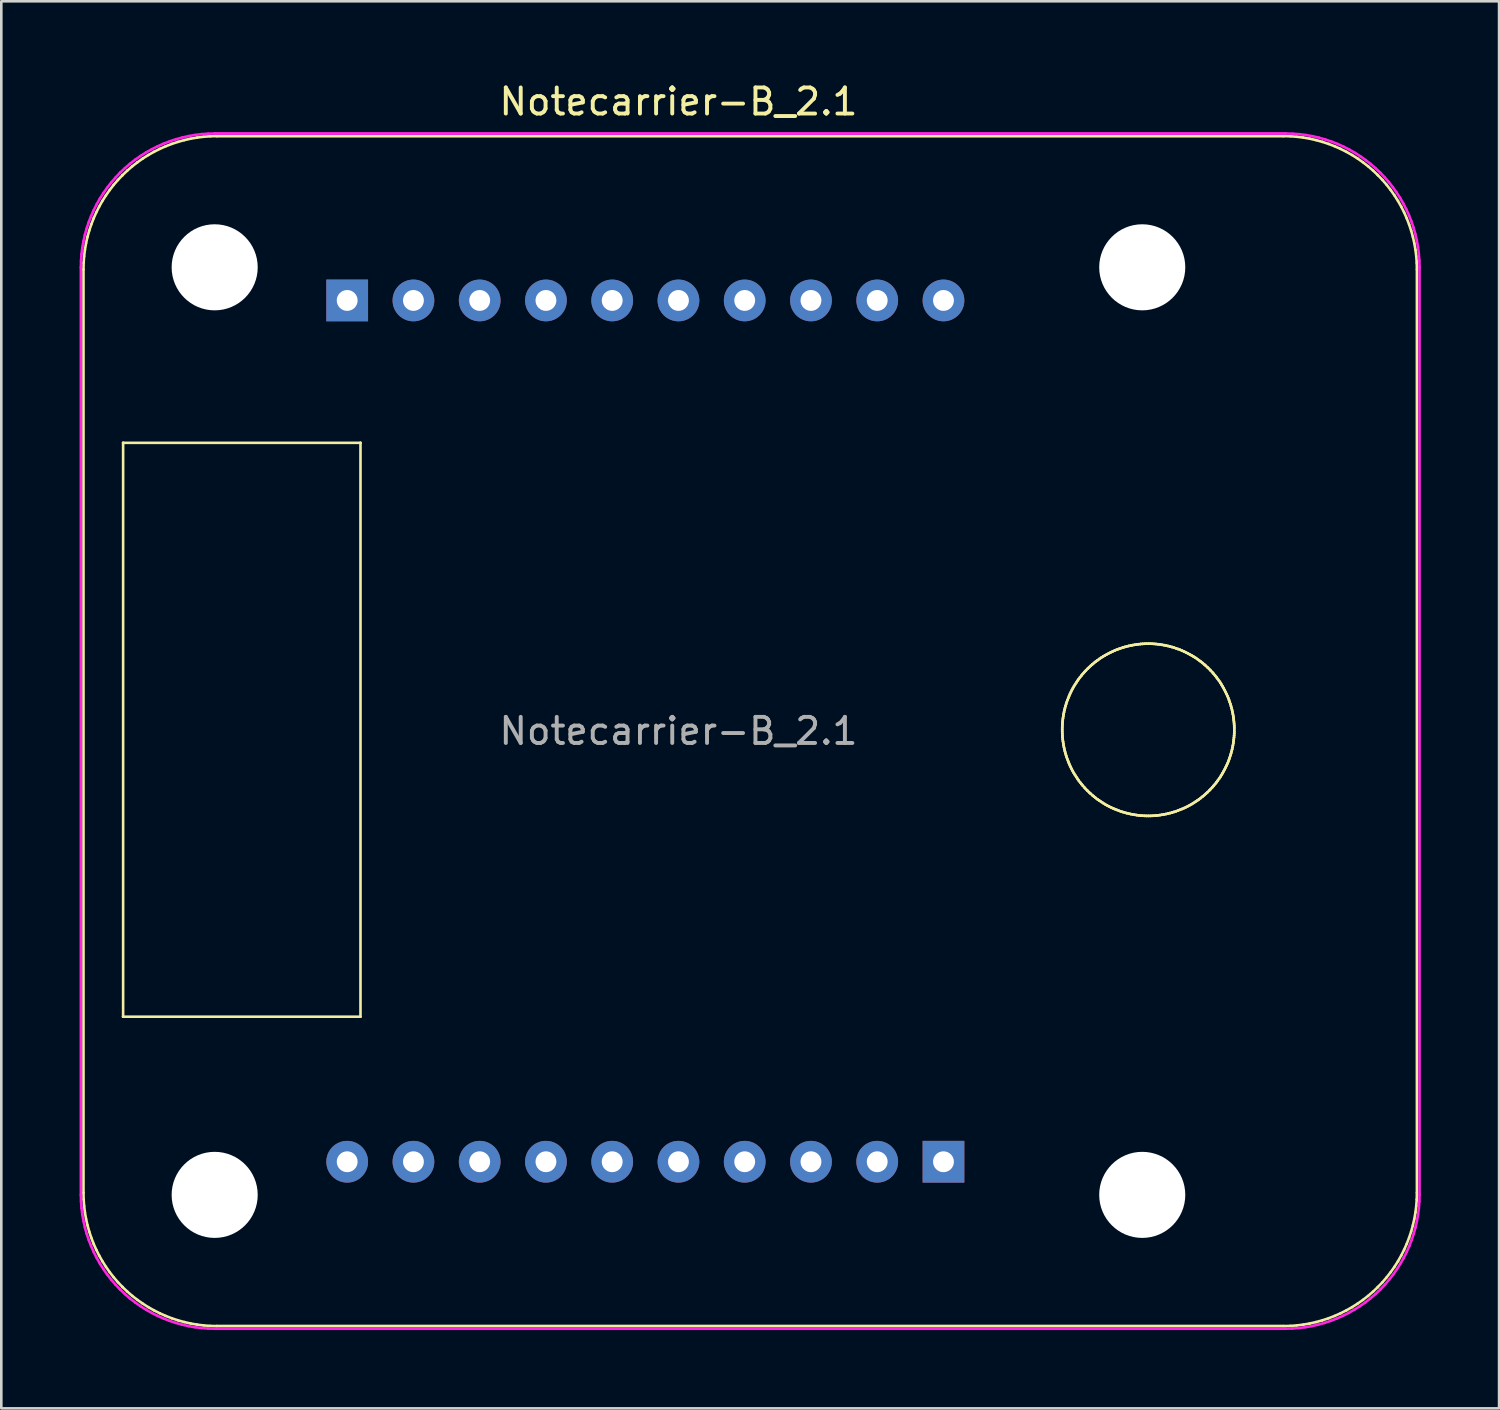
<source format=kicad_pcb>
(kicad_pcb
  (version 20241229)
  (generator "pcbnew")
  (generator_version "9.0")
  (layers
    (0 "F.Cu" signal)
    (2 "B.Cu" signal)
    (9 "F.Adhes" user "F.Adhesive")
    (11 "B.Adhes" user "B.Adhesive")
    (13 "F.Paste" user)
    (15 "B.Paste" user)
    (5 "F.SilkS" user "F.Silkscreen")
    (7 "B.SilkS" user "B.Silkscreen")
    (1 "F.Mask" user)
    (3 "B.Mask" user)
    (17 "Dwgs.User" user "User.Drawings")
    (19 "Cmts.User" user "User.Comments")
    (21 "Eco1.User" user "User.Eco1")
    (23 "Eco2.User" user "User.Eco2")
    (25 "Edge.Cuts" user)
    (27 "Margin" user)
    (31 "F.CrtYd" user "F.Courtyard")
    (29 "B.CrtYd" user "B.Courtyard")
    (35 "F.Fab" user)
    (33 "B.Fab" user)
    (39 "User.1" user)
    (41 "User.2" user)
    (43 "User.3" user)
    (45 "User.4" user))
  (footprint "Notecarrier-B_2.1"
    (layer "F.Cu")
    (at 22.96 24.978)
    (property "Reference" "Notecarrier-B_2.1" (at 0 -24.13 0) (layer "F.SilkS") (effects (font (size 1 1) (thickness 0.15))))
    (attr through_hole)
    (fp_line (start -22.81 -17.7) (end -22.81 17.7) (stroke (width 0.1) (type solid)) (layer "F.SilkS"))
    (fp_line (start -22.81 17.7) (end -22.804 17.953) (stroke (width 0.1) (type solid)) (layer "F.SilkS"))
    (fp_line (start -22.804 -17.953) (end -22.81 -17.7) (stroke (width 0.1) (type solid)) (layer "F.SilkS"))
    (fp_line (start -22.804 17.953) (end -22.785 18.205) (stroke (width 0.1) (type solid)) (layer "F.SilkS"))
    (fp_line (start -22.785 -18.205) (end -22.804 -17.953) (stroke (width 0.1) (type solid)) (layer "F.SilkS"))
    (fp_line (start -22.785 18.205) (end -22.754 18.455) (stroke (width 0.1) (type solid)) (layer "F.SilkS"))
    (fp_line (start -22.754 -18.455) (end -22.785 -18.205) (stroke (width 0.1) (type solid)) (layer "F.SilkS"))
    (fp_line (start -22.754 18.455) (end -22.711 18.701) (stroke (width 0.1) (type solid)) (layer "F.SilkS"))
    (fp_line (start -22.711 -18.702) (end -22.754 -18.455) (stroke (width 0.1) (type solid)) (layer "F.SilkS"))
    (fp_line (start -22.711 18.701) (end -22.656 18.945) (stroke (width 0.1) (type solid)) (layer "F.SilkS"))
    (fp_line (start -22.656 -18.946) (end -22.711 -18.702) (stroke (width 0.1) (type solid)) (layer "F.SilkS"))
    (fp_line (start -22.656 18.945) (end -22.589 19.186) (stroke (width 0.1) (type solid)) (layer "F.SilkS"))
    (fp_line (start -22.589 -19.186) (end -22.656 -18.946) (stroke (width 0.1) (type solid)) (layer "F.SilkS"))
    (fp_line (start -22.589 19.186) (end -22.511 19.423) (stroke (width 0.1) (type solid)) (layer "F.SilkS"))
    (fp_line (start -22.511 -19.423) (end -22.589 -19.186) (stroke (width 0.1) (type solid)) (layer "F.SilkS"))
    (fp_line (start -22.511 19.423) (end -22.421 19.655) (stroke (width 0.1) (type solid)) (layer "F.SilkS"))
    (fp_line (start -22.421 -19.656) (end -22.511 -19.423) (stroke (width 0.1) (type solid)) (layer "F.SilkS"))
    (fp_line (start -22.421 19.655) (end -22.32 19.883) (stroke (width 0.1) (type solid)) (layer "F.SilkS"))
    (fp_line (start -22.32 -19.883) (end -22.421 -19.656) (stroke (width 0.1) (type solid)) (layer "F.SilkS"))
    (fp_line (start -22.32 19.883) (end -22.208 20.106) (stroke (width 0.1) (type solid)) (layer "F.SilkS"))
    (fp_line (start -22.208 -20.106) (end -22.32 -19.883) (stroke (width 0.1) (type solid)) (layer "F.SilkS"))
    (fp_line (start -22.208 20.106) (end -22.085 20.324) (stroke (width 0.1) (type solid)) (layer "F.SilkS"))
    (fp_line (start -22.085 -20.324) (end -22.208 -20.106) (stroke (width 0.1) (type solid)) (layer "F.SilkS"))
    (fp_line (start -22.085 20.324) (end -21.951 20.535) (stroke (width 0.1) (type solid)) (layer "F.SilkS"))
    (fp_line (start -21.951 -20.535) (end -22.085 -20.324) (stroke (width 0.1) (type solid)) (layer "F.SilkS"))
    (fp_line (start -21.951 20.535) (end -21.807 20.74) (stroke (width 0.1) (type solid)) (layer "F.SilkS"))
    (fp_line (start -21.807 -20.74) (end -21.951 -20.535) (stroke (width 0.1) (type solid)) (layer "F.SilkS"))
    (fp_line (start -21.807 20.74) (end -21.653 20.938) (stroke (width 0.1) (type solid)) (layer "F.SilkS"))
    (fp_line (start -21.653 -20.939) (end -21.807 -20.74) (stroke (width 0.1) (type solid)) (layer "F.SilkS"))
    (fp_line (start -21.653 20.938) (end -21.488 21.13) (stroke (width 0.1) (type solid)) (layer "F.SilkS"))
    (fp_line (start -21.488 -21.13) (end -21.653 -20.939) (stroke (width 0.1) (type solid)) (layer "F.SilkS"))
    (fp_line (start -21.488 21.13) (end -21.313 21.313) (stroke (width 0.1) (type solid)) (layer "F.SilkS"))
    (fp_line (start -21.313 -21.313) (end -21.488 -21.13) (stroke (width 0.1) (type solid)) (layer "F.SilkS"))
    (fp_line (start -21.313 -21.313) (end -21.313 -21.313) (stroke (width 0.1) (type solid)) (layer "F.SilkS"))
    (fp_line (start -21.313 21.313) (end -21.313 21.313) (stroke (width 0.1) (type solid)) (layer "F.SilkS"))
    (fp_line (start -21.313 21.313) (end -21.13 21.488) (stroke (width 0.1) (type solid)) (layer "F.SilkS"))
    (fp_line (start -21.29 -11.05) (end -21.29 -11.05) (stroke (width 0.1) (type solid)) (layer "F.SilkS"))
    (fp_line (start -21.29 -11.05) (end -12.19 -11.05) (stroke (width 0.1) (type solid)) (layer "F.SilkS"))
    (fp_line (start -21.29 10.95) (end -21.29 -11.05) (stroke (width 0.1) (type solid)) (layer "F.SilkS"))
    (fp_line (start -21.29 10.95) (end -21.29 10.95) (stroke (width 0.1) (type solid)) (layer "F.SilkS"))
    (fp_line (start -21.13 -21.488) (end -21.313 -21.313) (stroke (width 0.1) (type solid)) (layer "F.SilkS"))
    (fp_line (start -21.13 21.488) (end -20.939 21.653) (stroke (width 0.1) (type solid)) (layer "F.SilkS"))
    (fp_line (start -20.939 -21.653) (end -21.13 -21.488) (stroke (width 0.1) (type solid)) (layer "F.SilkS"))
    (fp_line (start -20.939 21.653) (end -20.74 21.807) (stroke (width 0.1) (type solid)) (layer "F.SilkS"))
    (fp_line (start -20.74 -21.807) (end -20.939 -21.653) (stroke (width 0.1) (type solid)) (layer "F.SilkS"))
    (fp_line (start -20.74 21.807) (end -20.535 21.951) (stroke (width 0.1) (type solid)) (layer "F.SilkS"))
    (fp_line (start -20.535 -21.952) (end -20.74 -21.807) (stroke (width 0.1) (type solid)) (layer "F.SilkS"))
    (fp_line (start -20.535 21.951) (end -20.324 22.085) (stroke (width 0.1) (type solid)) (layer "F.SilkS"))
    (fp_line (start -20.324 -22.085) (end -20.535 -21.952) (stroke (width 0.1) (type solid)) (layer "F.SilkS"))
    (fp_line (start -20.324 22.085) (end -20.106 22.208) (stroke (width 0.1) (type solid)) (layer "F.SilkS"))
    (fp_line (start -20.106 -22.208) (end -20.324 -22.085) (stroke (width 0.1) (type solid)) (layer "F.SilkS"))
    (fp_line (start -20.106 22.208) (end -19.883 22.32) (stroke (width 0.1) (type solid)) (layer "F.SilkS"))
    (fp_line (start -19.883 -22.32) (end -20.106 -22.208) (stroke (width 0.1) (type solid)) (layer "F.SilkS"))
    (fp_line (start -19.883 22.32) (end -19.656 22.421) (stroke (width 0.1) (type solid)) (layer "F.SilkS"))
    (fp_line (start -19.656 -22.421) (end -19.883 -22.32) (stroke (width 0.1) (type solid)) (layer "F.SilkS"))
    (fp_line (start -19.656 22.421) (end -19.423 22.511) (stroke (width 0.1) (type solid)) (layer "F.SilkS"))
    (fp_line (start -19.423 -22.511) (end -19.656 -22.421) (stroke (width 0.1) (type solid)) (layer "F.SilkS"))
    (fp_line (start -19.423 22.511) (end -19.186 22.589) (stroke (width 0.1) (type solid)) (layer "F.SilkS"))
    (fp_line (start -19.186 -22.589) (end -19.423 -22.511) (stroke (width 0.1) (type solid)) (layer "F.SilkS"))
    (fp_line (start -19.186 22.589) (end -18.946 22.656) (stroke (width 0.1) (type solid)) (layer "F.SilkS"))
    (fp_line (start -18.946 -22.656) (end -19.186 -22.589) (stroke (width 0.1) (type solid)) (layer "F.SilkS"))
    (fp_line (start -18.946 22.656) (end -18.702 22.711) (stroke (width 0.1) (type solid)) (layer "F.SilkS"))
    (fp_line (start -18.702 -22.711) (end -18.946 -22.656) (stroke (width 0.1) (type solid)) (layer "F.SilkS"))
    (fp_line (start -18.702 22.711) (end -18.455 22.754) (stroke (width 0.1) (type solid)) (layer "F.SilkS"))
    (fp_line (start -18.455 -22.754) (end -18.702 -22.711) (stroke (width 0.1) (type solid)) (layer "F.SilkS"))
    (fp_line (start -18.455 22.754) (end -18.205 22.785) (stroke (width 0.1) (type solid)) (layer "F.SilkS"))
    (fp_line (start -18.205 -22.785) (end -18.455 -22.754) (stroke (width 0.1) (type solid)) (layer "F.SilkS"))
    (fp_line (start -18.205 22.785) (end -17.953 22.804) (stroke (width 0.1) (type solid)) (layer "F.SilkS"))
    (fp_line (start -17.953 -22.804) (end -18.205 -22.785) (stroke (width 0.1) (type solid)) (layer "F.SilkS"))
    (fp_line (start -17.953 22.804) (end -17.7 22.81) (stroke (width 0.1) (type solid)) (layer "F.SilkS"))
    (fp_line (start -17.7 22.81) (end 23.2 22.81) (stroke (width 0.107) (type solid)) (layer "F.SilkS"))
    (fp_line (start -17.7 -22.81) (end -17.953 -22.804) (stroke (width 0.1) (type solid)) (layer "F.SilkS"))
    (fp_line (start -12.19 -11.05) (end -12.19 -11.05) (stroke (width 0.1) (type solid)) (layer "F.SilkS"))
    (fp_line (start -12.19 -11.05) (end -12.19 10.95) (stroke (width 0.1) (type solid)) (layer "F.SilkS"))
    (fp_line (start -12.19 10.95) (end -21.29 10.95) (stroke (width 0.1) (type solid)) (layer "F.SilkS"))
    (fp_line (start 14.712 -0.05) (end 14.712 -0.05) (stroke (width 0.1) (type solid)) (layer "F.SilkS"))
    (fp_line (start 14.712 -0.05) (end 14.713 0.023) (stroke (width 0.1) (type solid)) (layer "F.SilkS"))
    (fp_line (start 14.713 -0.123) (end 14.712 -0.05) (stroke (width 0.1) (type solid)) (layer "F.SilkS"))
    (fp_line (start 14.713 -0.123) (end 14.713 -0.123) (stroke (width 0.1) (type solid)) (layer "F.SilkS"))
    (fp_line (start 14.713 0.023) (end 14.713 0.023) (stroke (width 0.1) (type solid)) (layer "F.SilkS"))
    (fp_line (start 14.713 0.023) (end 14.715 0.097) (stroke (width 0.1) (type solid)) (layer "F.SilkS"))
    (fp_line (start 14.715 -0.197) (end 14.713 -0.123) (stroke (width 0.1) (type solid)) (layer "F.SilkS"))
    (fp_line (start 14.715 -0.197) (end 14.715 -0.197) (stroke (width 0.1) (type solid)) (layer "F.SilkS"))
    (fp_line (start 14.715 0.097) (end 14.715 0.097) (stroke (width 0.1) (type solid)) (layer "F.SilkS"))
    (fp_line (start 14.715 0.097) (end 14.719 0.172) (stroke (width 0.1) (type solid)) (layer "F.SilkS"))
    (fp_line (start 14.719 -0.272) (end 14.715 -0.197) (stroke (width 0.1) (type solid)) (layer "F.SilkS"))
    (fp_line (start 14.719 -0.272) (end 14.719 -0.272) (stroke (width 0.1) (type solid)) (layer "F.SilkS"))
    (fp_line (start 14.719 0.172) (end 14.719 0.172) (stroke (width 0.1) (type solid)) (layer "F.SilkS"))
    (fp_line (start 14.719 0.172) (end 14.725 0.247) (stroke (width 0.1) (type solid)) (layer "F.SilkS"))
    (fp_line (start 14.725 -0.347) (end 14.719 -0.272) (stroke (width 0.1) (type solid)) (layer "F.SilkS"))
    (fp_line (start 14.725 -0.347) (end 14.725 -0.347) (stroke (width 0.1) (type solid)) (layer "F.SilkS"))
    (fp_line (start 14.725 0.247) (end 14.725 0.247) (stroke (width 0.1) (type solid)) (layer "F.SilkS"))
    (fp_line (start 14.725 0.247) (end 14.733 0.322) (stroke (width 0.1) (type solid)) (layer "F.SilkS"))
    (fp_line (start 14.733 -0.422) (end 14.725 -0.347) (stroke (width 0.1) (type solid)) (layer "F.SilkS"))
    (fp_line (start 14.733 -0.422) (end 14.733 -0.422) (stroke (width 0.1) (type solid)) (layer "F.SilkS"))
    (fp_line (start 14.733 0.322) (end 14.733 0.322) (stroke (width 0.1) (type solid)) (layer "F.SilkS"))
    (fp_line (start 14.733 0.322) (end 14.742 0.398) (stroke (width 0.1) (type solid)) (layer "F.SilkS"))
    (fp_line (start 14.742 -0.498) (end 14.733 -0.422) (stroke (width 0.1) (type solid)) (layer "F.SilkS"))
    (fp_line (start 14.742 -0.498) (end 14.742 -0.498) (stroke (width 0.1) (type solid)) (layer "F.SilkS"))
    (fp_line (start 14.742 0.398) (end 14.742 0.398) (stroke (width 0.1) (type solid)) (layer "F.SilkS"))
    (fp_line (start 14.742 0.398) (end 14.753 0.474) (stroke (width 0.1) (type solid)) (layer "F.SilkS"))
    (fp_line (start 14.753 -0.574) (end 14.742 -0.498) (stroke (width 0.1) (type solid)) (layer "F.SilkS"))
    (fp_line (start 14.753 -0.574) (end 14.753 -0.574) (stroke (width 0.1) (type solid)) (layer "F.SilkS"))
    (fp_line (start 14.753 0.474) (end 14.753 0.474) (stroke (width 0.1) (type solid)) (layer "F.SilkS"))
    (fp_line (start 14.753 0.474) (end 14.766 0.55) (stroke (width 0.1) (type solid)) (layer "F.SilkS"))
    (fp_line (start 14.766 -0.651) (end 14.753 -0.574) (stroke (width 0.1) (type solid)) (layer "F.SilkS"))
    (fp_line (start 14.766 -0.651) (end 14.766 -0.651) (stroke (width 0.1) (type solid)) (layer "F.SilkS"))
    (fp_line (start 14.766 0.55) (end 14.766 0.55) (stroke (width 0.1) (type solid)) (layer "F.SilkS"))
    (fp_line (start 14.766 0.55) (end 14.781 0.627) (stroke (width 0.1) (type solid)) (layer "F.SilkS"))
    (fp_line (start 14.781 -0.727) (end 14.766 -0.651) (stroke (width 0.1) (type solid)) (layer "F.SilkS"))
    (fp_line (start 14.781 -0.727) (end 14.781 -0.727) (stroke (width 0.1) (type solid)) (layer "F.SilkS"))
    (fp_line (start 14.781 0.627) (end 14.781 0.627) (stroke (width 0.1) (type solid)) (layer "F.SilkS"))
    (fp_line (start 14.781 0.627) (end 14.798 0.704) (stroke (width 0.1) (type solid)) (layer "F.SilkS"))
    (fp_line (start 14.798 -0.804) (end 14.781 -0.727) (stroke (width 0.1) (type solid)) (layer "F.SilkS"))
    (fp_line (start 14.798 -0.804) (end 14.798 -0.804) (stroke (width 0.1) (type solid)) (layer "F.SilkS"))
    (fp_line (start 14.798 0.704) (end 14.798 0.704) (stroke (width 0.1) (type solid)) (layer "F.SilkS"))
    (fp_line (start 14.798 0.704) (end 14.817 0.781) (stroke (width 0.1) (type solid)) (layer "F.SilkS"))
    (fp_line (start 14.817 -0.881) (end 14.798 -0.804) (stroke (width 0.1) (type solid)) (layer "F.SilkS"))
    (fp_line (start 14.817 -0.881) (end 14.817 -0.881) (stroke (width 0.1) (type solid)) (layer "F.SilkS"))
    (fp_line (start 14.817 0.781) (end 14.817 0.781) (stroke (width 0.1) (type solid)) (layer "F.SilkS"))
    (fp_line (start 14.817 0.781) (end 14.838 0.858) (stroke (width 0.1) (type solid)) (layer "F.SilkS"))
    (fp_line (start 14.838 -0.958) (end 14.817 -0.881) (stroke (width 0.1) (type solid)) (layer "F.SilkS"))
    (fp_line (start 14.838 -0.958) (end 14.838 -0.958) (stroke (width 0.1) (type solid)) (layer "F.SilkS"))
    (fp_line (start 14.838 0.858) (end 14.838 0.858) (stroke (width 0.1) (type solid)) (layer "F.SilkS"))
    (fp_line (start 14.838 0.858) (end 14.861 0.935) (stroke (width 0.1) (type solid)) (layer "F.SilkS"))
    (fp_line (start 14.861 -1.035) (end 14.838 -0.958) (stroke (width 0.1) (type solid)) (layer "F.SilkS"))
    (fp_line (start 14.861 -1.035) (end 14.861 -1.035) (stroke (width 0.1) (type solid)) (layer "F.SilkS"))
    (fp_line (start 14.861 0.935) (end 14.861 0.935) (stroke (width 0.1) (type solid)) (layer "F.SilkS"))
    (fp_line (start 14.861 0.935) (end 14.887 1.012) (stroke (width 0.1) (type solid)) (layer "F.SilkS"))
    (fp_line (start 14.887 -1.112) (end 14.861 -1.035) (stroke (width 0.1) (type solid)) (layer "F.SilkS"))
    (fp_line (start 14.887 -1.112) (end 14.887 -1.112) (stroke (width 0.1) (type solid)) (layer "F.SilkS"))
    (fp_line (start 14.887 1.012) (end 14.887 1.012) (stroke (width 0.1) (type solid)) (layer "F.SilkS"))
    (fp_line (start 14.887 1.012) (end 14.914 1.088) (stroke (width 0.1) (type solid)) (layer "F.SilkS"))
    (fp_line (start 14.914 -1.188) (end 14.887 -1.112) (stroke (width 0.1) (type solid)) (layer "F.SilkS"))
    (fp_line (start 14.914 -1.188) (end 14.914 -1.188) (stroke (width 0.1) (type solid)) (layer "F.SilkS"))
    (fp_line (start 14.914 1.088) (end 14.914 1.088) (stroke (width 0.1) (type solid)) (layer "F.SilkS"))
    (fp_line (start 14.914 1.088) (end 14.943 1.165) (stroke (width 0.1) (type solid)) (layer "F.SilkS"))
    (fp_line (start 14.943 -1.265) (end 14.914 -1.188) (stroke (width 0.1) (type solid)) (layer "F.SilkS"))
    (fp_line (start 14.943 -1.265) (end 14.943 -1.265) (stroke (width 0.1) (type solid)) (layer "F.SilkS"))
    (fp_line (start 14.943 1.165) (end 14.943 1.165) (stroke (width 0.1) (type solid)) (layer "F.SilkS"))
    (fp_line (start 14.943 1.165) (end 14.974 1.241) (stroke (width 0.1) (type solid)) (layer "F.SilkS"))
    (fp_line (start 14.974 -1.341) (end 14.943 -1.265) (stroke (width 0.1) (type solid)) (layer "F.SilkS"))
    (fp_line (start 14.974 -1.341) (end 14.974 -1.341) (stroke (width 0.1) (type solid)) (layer "F.SilkS"))
    (fp_line (start 14.974 1.241) (end 14.974 1.241) (stroke (width 0.1) (type solid)) (layer "F.SilkS"))
    (fp_line (start 14.974 1.241) (end 15.007 1.316) (stroke (width 0.1) (type solid)) (layer "F.SilkS"))
    (fp_line (start 15.007 -1.416) (end 14.974 -1.341) (stroke (width 0.1) (type solid)) (layer "F.SilkS"))
    (fp_line (start 15.007 -1.416) (end 15.007 -1.416) (stroke (width 0.1) (type solid)) (layer "F.SilkS"))
    (fp_line (start 15.007 1.316) (end 15.007 1.316) (stroke (width 0.1) (type solid)) (layer "F.SilkS"))
    (fp_line (start 15.007 1.316) (end 15.043 1.391) (stroke (width 0.1) (type solid)) (layer "F.SilkS"))
    (fp_line (start 15.043 -1.491) (end 15.007 -1.416) (stroke (width 0.1) (type solid)) (layer "F.SilkS"))
    (fp_line (start 15.043 -1.491) (end 15.043 -1.491) (stroke (width 0.1) (type solid)) (layer "F.SilkS"))
    (fp_line (start 15.043 1.391) (end 15.043 1.391) (stroke (width 0.1) (type solid)) (layer "F.SilkS"))
    (fp_line (start 15.043 1.391) (end 15.08 1.466) (stroke (width 0.1) (type solid)) (layer "F.SilkS"))
    (fp_line (start 15.08 -1.566) (end 15.043 -1.491) (stroke (width 0.1) (type solid)) (layer "F.SilkS"))
    (fp_line (start 15.08 -1.566) (end 15.08 -1.566) (stroke (width 0.1) (type solid)) (layer "F.SilkS"))
    (fp_line (start 15.08 1.466) (end 15.08 1.466) (stroke (width 0.1) (type solid)) (layer "F.SilkS"))
    (fp_line (start 15.08 1.466) (end 15.119 1.539) (stroke (width 0.1) (type solid)) (layer "F.SilkS"))
    (fp_line (start 15.119 -1.639) (end 15.08 -1.566) (stroke (width 0.1) (type solid)) (layer "F.SilkS"))
    (fp_line (start 15.119 -1.639) (end 15.119 -1.639) (stroke (width 0.1) (type solid)) (layer "F.SilkS"))
    (fp_line (start 15.119 1.539) (end 15.119 1.539) (stroke (width 0.1) (type solid)) (layer "F.SilkS"))
    (fp_line (start 15.119 1.539) (end 15.16 1.612) (stroke (width 0.1) (type solid)) (layer "F.SilkS"))
    (fp_line (start 15.16 -1.712) (end 15.119 -1.639) (stroke (width 0.1) (type solid)) (layer "F.SilkS"))
    (fp_line (start 15.16 -1.712) (end 15.16 -1.712) (stroke (width 0.1) (type solid)) (layer "F.SilkS"))
    (fp_line (start 15.16 1.612) (end 15.16 1.612) (stroke (width 0.1) (type solid)) (layer "F.SilkS"))
    (fp_line (start 15.16 1.612) (end 15.204 1.684) (stroke (width 0.1) (type solid)) (layer "F.SilkS"))
    (fp_line (start 15.204 -1.785) (end 15.16 -1.712) (stroke (width 0.1) (type solid)) (layer "F.SilkS"))
    (fp_line (start 15.204 -1.785) (end 15.204 -1.785) (stroke (width 0.1) (type solid)) (layer "F.SilkS"))
    (fp_line (start 15.204 1.684) (end 15.204 1.684) (stroke (width 0.1) (type solid)) (layer "F.SilkS"))
    (fp_line (start 15.204 1.684) (end 15.249 1.756) (stroke (width 0.1) (type solid)) (layer "F.SilkS"))
    (fp_line (start 15.249 -1.856) (end 15.204 -1.785) (stroke (width 0.1) (type solid)) (layer "F.SilkS"))
    (fp_line (start 15.249 -1.856) (end 15.249 -1.856) (stroke (width 0.1) (type solid)) (layer "F.SilkS"))
    (fp_line (start 15.249 1.756) (end 15.249 1.756) (stroke (width 0.1) (type solid)) (layer "F.SilkS"))
    (fp_line (start 15.249 1.756) (end 15.296 1.826) (stroke (width 0.1) (type solid)) (layer "F.SilkS"))
    (fp_line (start 15.296 -1.926) (end 15.249 -1.856) (stroke (width 0.1) (type solid)) (layer "F.SilkS"))
    (fp_line (start 15.296 -1.926) (end 15.296 -1.926) (stroke (width 0.1) (type solid)) (layer "F.SilkS"))
    (fp_line (start 15.296 1.826) (end 15.296 1.826) (stroke (width 0.1) (type solid)) (layer "F.SilkS"))
    (fp_line (start 15.296 1.826) (end 15.345 1.895) (stroke (width 0.1) (type solid)) (layer "F.SilkS"))
    (fp_line (start 15.345 -1.995) (end 15.296 -1.926) (stroke (width 0.1) (type solid)) (layer "F.SilkS"))
    (fp_line (start 15.345 -1.995) (end 15.345 -1.995) (stroke (width 0.1) (type solid)) (layer "F.SilkS"))
    (fp_line (start 15.345 1.895) (end 15.345 1.895) (stroke (width 0.1) (type solid)) (layer "F.SilkS"))
    (fp_line (start 15.345 1.895) (end 15.396 1.963) (stroke (width 0.1) (type solid)) (layer "F.SilkS"))
    (fp_line (start 15.396 -2.063) (end 15.345 -1.995) (stroke (width 0.1) (type solid)) (layer "F.SilkS"))
    (fp_line (start 15.396 -2.063) (end 15.396 -2.063) (stroke (width 0.1) (type solid)) (layer "F.SilkS"))
    (fp_line (start 15.396 1.963) (end 15.396 1.963) (stroke (width 0.1) (type solid)) (layer "F.SilkS"))
    (fp_line (start 15.396 1.963) (end 15.449 2.03) (stroke (width 0.1) (type solid)) (layer "F.SilkS"))
    (fp_line (start 15.449 -2.13) (end 15.396 -2.063) (stroke (width 0.1) (type solid)) (layer "F.SilkS"))
    (fp_line (start 15.449 -2.13) (end 15.449 -2.13) (stroke (width 0.1) (type solid)) (layer "F.SilkS"))
    (fp_line (start 15.449 2.03) (end 15.449 2.03) (stroke (width 0.1) (type solid)) (layer "F.SilkS"))
    (fp_line (start 15.449 2.03) (end 15.504 2.095) (stroke (width 0.1) (type solid)) (layer "F.SilkS"))
    (fp_line (start 15.504 -2.196) (end 15.449 -2.13) (stroke (width 0.1) (type solid)) (layer "F.SilkS"))
    (fp_line (start 15.504 -2.196) (end 15.504 -2.196) (stroke (width 0.1) (type solid)) (layer "F.SilkS"))
    (fp_line (start 15.504 2.095) (end 15.504 2.095) (stroke (width 0.1) (type solid)) (layer "F.SilkS"))
    (fp_line (start 15.504 2.095) (end 15.56 2.16) (stroke (width 0.1) (type solid)) (layer "F.SilkS"))
    (fp_line (start 15.56 -2.26) (end 15.504 -2.196) (stroke (width 0.1) (type solid)) (layer "F.SilkS"))
    (fp_line (start 15.56 -2.26) (end 15.56 -2.26) (stroke (width 0.1) (type solid)) (layer "F.SilkS"))
    (fp_line (start 15.56 2.16) (end 15.56 2.16) (stroke (width 0.1) (type solid)) (layer "F.SilkS"))
    (fp_line (start 15.56 2.16) (end 15.618 2.222) (stroke (width 0.1) (type solid)) (layer "F.SilkS"))
    (fp_line (start 15.618 -2.322) (end 15.56 -2.26) (stroke (width 0.1) (type solid)) (layer "F.SilkS"))
    (fp_line (start 15.618 -2.322) (end 15.618 -2.322) (stroke (width 0.1) (type solid)) (layer "F.SilkS"))
    (fp_line (start 15.618 2.222) (end 15.618 2.222) (stroke (width 0.1) (type solid)) (layer "F.SilkS"))
    (fp_line (start 15.618 2.222) (end 15.678 2.283) (stroke (width 0.1) (type solid)) (layer "F.SilkS"))
    (fp_line (start 15.678 -2.384) (end 15.618 -2.322) (stroke (width 0.1) (type solid)) (layer "F.SilkS"))
    (fp_line (start 15.678 -2.384) (end 15.678 -2.384) (stroke (width 0.1) (type solid)) (layer "F.SilkS"))
    (fp_line (start 15.678 2.283) (end 15.678 2.283) (stroke (width 0.1) (type solid)) (layer "F.SilkS"))
    (fp_line (start 15.678 2.283) (end 15.739 2.343) (stroke (width 0.1) (type solid)) (layer "F.SilkS"))
    (fp_line (start 15.739 -2.443) (end 15.678 -2.384) (stroke (width 0.1) (type solid)) (layer "F.SilkS"))
    (fp_line (start 15.739 -2.443) (end 15.739 -2.443) (stroke (width 0.1) (type solid)) (layer "F.SilkS"))
    (fp_line (start 15.739 2.343) (end 15.739 2.343) (stroke (width 0.1) (type solid)) (layer "F.SilkS"))
    (fp_line (start 15.739 2.343) (end 15.802 2.401) (stroke (width 0.1) (type solid)) (layer "F.SilkS"))
    (fp_line (start 15.802 -2.501) (end 15.739 -2.443) (stroke (width 0.1) (type solid)) (layer "F.SilkS"))
    (fp_line (start 15.802 -2.501) (end 15.802 -2.501) (stroke (width 0.1) (type solid)) (layer "F.SilkS"))
    (fp_line (start 15.802 2.401) (end 15.802 2.401) (stroke (width 0.1) (type solid)) (layer "F.SilkS"))
    (fp_line (start 15.802 2.401) (end 15.866 2.457) (stroke (width 0.1) (type solid)) (layer "F.SilkS"))
    (fp_line (start 15.866 -2.558) (end 15.802 -2.501) (stroke (width 0.1) (type solid)) (layer "F.SilkS"))
    (fp_line (start 15.866 -2.558) (end 15.866 -2.558) (stroke (width 0.1) (type solid)) (layer "F.SilkS"))
    (fp_line (start 15.866 2.457) (end 15.866 2.457) (stroke (width 0.1) (type solid)) (layer "F.SilkS"))
    (fp_line (start 15.866 2.457) (end 15.931 2.512) (stroke (width 0.1) (type solid)) (layer "F.SilkS"))
    (fp_line (start 15.931 -2.612) (end 15.866 -2.558) (stroke (width 0.1) (type solid)) (layer "F.SilkS"))
    (fp_line (start 15.931 -2.612) (end 15.931 -2.612) (stroke (width 0.1) (type solid)) (layer "F.SilkS"))
    (fp_line (start 15.931 2.512) (end 15.931 2.512) (stroke (width 0.1) (type solid)) (layer "F.SilkS"))
    (fp_line (start 15.931 2.512) (end 15.998 2.565) (stroke (width 0.1) (type solid)) (layer "F.SilkS"))
    (fp_line (start 15.998 -2.665) (end 15.931 -2.612) (stroke (width 0.1) (type solid)) (layer "F.SilkS"))
    (fp_line (start 15.998 -2.665) (end 15.998 -2.665) (stroke (width 0.1) (type solid)) (layer "F.SilkS"))
    (fp_line (start 15.998 2.565) (end 15.998 2.565) (stroke (width 0.1) (type solid)) (layer "F.SilkS"))
    (fp_line (start 15.998 2.565) (end 16.066 2.616) (stroke (width 0.1) (type solid)) (layer "F.SilkS"))
    (fp_line (start 16.066 -2.716) (end 15.998 -2.665) (stroke (width 0.1) (type solid)) (layer "F.SilkS"))
    (fp_line (start 16.066 -2.716) (end 16.066 -2.716) (stroke (width 0.1) (type solid)) (layer "F.SilkS"))
    (fp_line (start 16.066 2.616) (end 16.066 2.616) (stroke (width 0.1) (type solid)) (layer "F.SilkS"))
    (fp_line (start 16.066 2.616) (end 16.135 2.665) (stroke (width 0.1) (type solid)) (layer "F.SilkS"))
    (fp_line (start 16.135 -2.765) (end 16.066 -2.716) (stroke (width 0.1) (type solid)) (layer "F.SilkS"))
    (fp_line (start 16.135 -2.765) (end 16.135 -2.765) (stroke (width 0.1) (type solid)) (layer "F.SilkS"))
    (fp_line (start 16.135 2.665) (end 16.135 2.665) (stroke (width 0.1) (type solid)) (layer "F.SilkS"))
    (fp_line (start 16.135 2.665) (end 16.205 2.712) (stroke (width 0.1) (type solid)) (layer "F.SilkS"))
    (fp_line (start 16.205 -2.812) (end 16.135 -2.765) (stroke (width 0.1) (type solid)) (layer "F.SilkS"))
    (fp_line (start 16.205 -2.812) (end 16.205 -2.812) (stroke (width 0.1) (type solid)) (layer "F.SilkS"))
    (fp_line (start 16.205 2.712) (end 16.205 2.712) (stroke (width 0.1) (type solid)) (layer "F.SilkS"))
    (fp_line (start 16.205 2.712) (end 16.277 2.757) (stroke (width 0.1) (type solid)) (layer "F.SilkS"))
    (fp_line (start 16.277 -2.857) (end 16.205 -2.812) (stroke (width 0.1) (type solid)) (layer "F.SilkS"))
    (fp_line (start 16.277 -2.857) (end 16.277 -2.857) (stroke (width 0.1) (type solid)) (layer "F.SilkS"))
    (fp_line (start 16.277 2.757) (end 16.277 2.757) (stroke (width 0.1) (type solid)) (layer "F.SilkS"))
    (fp_line (start 16.277 2.757) (end 16.349 2.801) (stroke (width 0.1) (type solid)) (layer "F.SilkS"))
    (fp_line (start 16.349 -2.901) (end 16.277 -2.857) (stroke (width 0.1) (type solid)) (layer "F.SilkS"))
    (fp_line (start 16.349 -2.901) (end 16.349 -2.901) (stroke (width 0.1) (type solid)) (layer "F.SilkS"))
    (fp_line (start 16.349 2.801) (end 16.349 2.801) (stroke (width 0.1) (type solid)) (layer "F.SilkS"))
    (fp_line (start 16.349 2.801) (end 16.422 2.842) (stroke (width 0.1) (type solid)) (layer "F.SilkS"))
    (fp_line (start 16.422 -2.942) (end 16.349 -2.901) (stroke (width 0.1) (type solid)) (layer "F.SilkS"))
    (fp_line (start 16.422 -2.942) (end 16.422 -2.942) (stroke (width 0.1) (type solid)) (layer "F.SilkS"))
    (fp_line (start 16.422 2.842) (end 16.422 2.842) (stroke (width 0.1) (type solid)) (layer "F.SilkS"))
    (fp_line (start 16.422 2.842) (end 16.495 2.881) (stroke (width 0.1) (type solid)) (layer "F.SilkS"))
    (fp_line (start 16.495 -2.981) (end 16.422 -2.942) (stroke (width 0.1) (type solid)) (layer "F.SilkS"))
    (fp_line (start 16.495 -2.981) (end 16.495 -2.981) (stroke (width 0.1) (type solid)) (layer "F.SilkS"))
    (fp_line (start 16.495 2.881) (end 16.495 2.881) (stroke (width 0.1) (type solid)) (layer "F.SilkS"))
    (fp_line (start 16.495 2.881) (end 16.57 2.919) (stroke (width 0.1) (type solid)) (layer "F.SilkS"))
    (fp_line (start 16.57 -3.019) (end 16.495 -2.981) (stroke (width 0.1) (type solid)) (layer "F.SilkS"))
    (fp_line (start 16.57 -3.019) (end 16.57 -3.019) (stroke (width 0.1) (type solid)) (layer "F.SilkS"))
    (fp_line (start 16.57 2.919) (end 16.57 2.919) (stroke (width 0.1) (type solid)) (layer "F.SilkS"))
    (fp_line (start 16.57 2.919) (end 16.645 2.954) (stroke (width 0.1) (type solid)) (layer "F.SilkS"))
    (fp_line (start 16.645 -3.054) (end 16.57 -3.019) (stroke (width 0.1) (type solid)) (layer "F.SilkS"))
    (fp_line (start 16.645 -3.054) (end 16.645 -3.054) (stroke (width 0.1) (type solid)) (layer "F.SilkS"))
    (fp_line (start 16.645 2.954) (end 16.645 2.954) (stroke (width 0.1) (type solid)) (layer "F.SilkS"))
    (fp_line (start 16.645 2.954) (end 16.72 2.987) (stroke (width 0.1) (type solid)) (layer "F.SilkS"))
    (fp_line (start 16.72 -3.087) (end 16.645 -3.054) (stroke (width 0.1) (type solid)) (layer "F.SilkS"))
    (fp_line (start 16.72 -3.087) (end 16.72 -3.087) (stroke (width 0.1) (type solid)) (layer "F.SilkS"))
    (fp_line (start 16.72 2.987) (end 16.72 2.987) (stroke (width 0.1) (type solid)) (layer "F.SilkS"))
    (fp_line (start 16.72 2.987) (end 16.796 3.018) (stroke (width 0.1) (type solid)) (layer "F.SilkS"))
    (fp_line (start 16.796 -3.118) (end 16.72 -3.087) (stroke (width 0.1) (type solid)) (layer "F.SilkS"))
    (fp_line (start 16.796 -3.118) (end 16.796 -3.118) (stroke (width 0.1) (type solid)) (layer "F.SilkS"))
    (fp_line (start 16.796 3.018) (end 16.796 3.018) (stroke (width 0.1) (type solid)) (layer "F.SilkS"))
    (fp_line (start 16.796 3.018) (end 16.873 3.047) (stroke (width 0.1) (type solid)) (layer "F.SilkS"))
    (fp_line (start 16.873 -3.147) (end 16.796 -3.118) (stroke (width 0.1) (type solid)) (layer "F.SilkS"))
    (fp_line (start 16.873 -3.147) (end 16.873 -3.147) (stroke (width 0.1) (type solid)) (layer "F.SilkS"))
    (fp_line (start 16.873 3.047) (end 16.873 3.047) (stroke (width 0.1) (type solid)) (layer "F.SilkS"))
    (fp_line (start 16.873 3.047) (end 16.949 3.075) (stroke (width 0.1) (type solid)) (layer "F.SilkS"))
    (fp_line (start 16.949 -3.175) (end 16.873 -3.147) (stroke (width 0.1) (type solid)) (layer "F.SilkS"))
    (fp_line (start 16.949 -3.175) (end 16.949 -3.175) (stroke (width 0.1) (type solid)) (layer "F.SilkS"))
    (fp_line (start 16.949 3.075) (end 16.949 3.075) (stroke (width 0.1) (type solid)) (layer "F.SilkS"))
    (fp_line (start 16.949 3.075) (end 17.026 3.1) (stroke (width 0.1) (type solid)) (layer "F.SilkS"))
    (fp_line (start 17.026 -3.2) (end 16.949 -3.175) (stroke (width 0.1) (type solid)) (layer "F.SilkS"))
    (fp_line (start 17.026 -3.2) (end 17.026 -3.2) (stroke (width 0.1) (type solid)) (layer "F.SilkS"))
    (fp_line (start 17.026 3.1) (end 17.026 3.1) (stroke (width 0.1) (type solid)) (layer "F.SilkS"))
    (fp_line (start 17.026 3.1) (end 17.103 3.123) (stroke (width 0.1) (type solid)) (layer "F.SilkS"))
    (fp_line (start 17.103 -3.223) (end 17.026 -3.2) (stroke (width 0.1) (type solid)) (layer "F.SilkS"))
    (fp_line (start 17.103 -3.223) (end 17.103 -3.223) (stroke (width 0.1) (type solid)) (layer "F.SilkS"))
    (fp_line (start 17.103 3.123) (end 17.103 3.123) (stroke (width 0.1) (type solid)) (layer "F.SilkS"))
    (fp_line (start 17.103 3.123) (end 17.18 3.144) (stroke (width 0.1) (type solid)) (layer "F.SilkS"))
    (fp_line (start 17.18 -3.244) (end 17.103 -3.223) (stroke (width 0.1) (type solid)) (layer "F.SilkS"))
    (fp_line (start 17.18 -3.244) (end 17.18 -3.244) (stroke (width 0.1) (type solid)) (layer "F.SilkS"))
    (fp_line (start 17.18 3.144) (end 17.18 3.144) (stroke (width 0.1) (type solid)) (layer "F.SilkS"))
    (fp_line (start 17.18 3.144) (end 17.257 3.163) (stroke (width 0.1) (type solid)) (layer "F.SilkS"))
    (fp_line (start 17.257 -3.263) (end 17.18 -3.244) (stroke (width 0.1) (type solid)) (layer "F.SilkS"))
    (fp_line (start 17.257 -3.263) (end 17.257 -3.263) (stroke (width 0.1) (type solid)) (layer "F.SilkS"))
    (fp_line (start 17.257 3.163) (end 17.257 3.163) (stroke (width 0.1) (type solid)) (layer "F.SilkS"))
    (fp_line (start 17.257 3.163) (end 17.334 3.18) (stroke (width 0.1) (type solid)) (layer "F.SilkS"))
    (fp_line (start 17.334 -3.28) (end 17.257 -3.263) (stroke (width 0.1) (type solid)) (layer "F.SilkS"))
    (fp_line (start 17.334 -3.28) (end 17.334 -3.28) (stroke (width 0.1) (type solid)) (layer "F.SilkS"))
    (fp_line (start 17.334 3.18) (end 17.334 3.18) (stroke (width 0.1) (type solid)) (layer "F.SilkS"))
    (fp_line (start 17.334 3.18) (end 17.41 3.195) (stroke (width 0.1) (type solid)) (layer "F.SilkS"))
    (fp_line (start 17.41 -3.295) (end 17.334 -3.28) (stroke (width 0.1) (type solid)) (layer "F.SilkS"))
    (fp_line (start 17.41 -3.295) (end 17.41 -3.295) (stroke (width 0.1) (type solid)) (layer "F.SilkS"))
    (fp_line (start 17.41 3.195) (end 17.41 3.195) (stroke (width 0.1) (type solid)) (layer "F.SilkS"))
    (fp_line (start 17.41 3.195) (end 17.487 3.208) (stroke (width 0.1) (type solid)) (layer "F.SilkS"))
    (fp_line (start 17.487 -3.308) (end 17.41 -3.295) (stroke (width 0.1) (type solid)) (layer "F.SilkS"))
    (fp_line (start 17.487 -3.308) (end 17.487 -3.308) (stroke (width 0.1) (type solid)) (layer "F.SilkS"))
    (fp_line (start 17.487 3.208) (end 17.487 3.208) (stroke (width 0.1) (type solid)) (layer "F.SilkS"))
    (fp_line (start 17.487 3.208) (end 17.563 3.22) (stroke (width 0.1) (type solid)) (layer "F.SilkS"))
    (fp_line (start 17.563 -3.32) (end 17.487 -3.308) (stroke (width 0.1) (type solid)) (layer "F.SilkS"))
    (fp_line (start 17.563 -3.32) (end 17.563 -3.32) (stroke (width 0.1) (type solid)) (layer "F.SilkS"))
    (fp_line (start 17.563 3.22) (end 17.563 3.22) (stroke (width 0.1) (type solid)) (layer "F.SilkS"))
    (fp_line (start 17.563 3.22) (end 17.639 3.23) (stroke (width 0.1) (type solid)) (layer "F.SilkS"))
    (fp_line (start 17.639 -3.33) (end 17.563 -3.32) (stroke (width 0.1) (type solid)) (layer "F.SilkS"))
    (fp_line (start 17.639 -3.33) (end 17.639 -3.33) (stroke (width 0.1) (type solid)) (layer "F.SilkS"))
    (fp_line (start 17.639 3.23) (end 17.639 3.23) (stroke (width 0.1) (type solid)) (layer "F.SilkS"))
    (fp_line (start 17.639 3.23) (end 17.714 3.238) (stroke (width 0.1) (type solid)) (layer "F.SilkS"))
    (fp_line (start 17.714 -3.338) (end 17.639 -3.33) (stroke (width 0.1) (type solid)) (layer "F.SilkS"))
    (fp_line (start 17.714 -3.338) (end 17.714 -3.338) (stroke (width 0.1) (type solid)) (layer "F.SilkS"))
    (fp_line (start 17.714 3.238) (end 17.714 3.238) (stroke (width 0.1) (type solid)) (layer "F.SilkS"))
    (fp_line (start 17.714 3.238) (end 17.789 3.244) (stroke (width 0.1) (type solid)) (layer "F.SilkS"))
    (fp_line (start 17.789 -3.344) (end 17.714 -3.338) (stroke (width 0.1) (type solid)) (layer "F.SilkS"))
    (fp_line (start 17.789 -3.344) (end 17.789 -3.344) (stroke (width 0.1) (type solid)) (layer "F.SilkS"))
    (fp_line (start 17.789 3.244) (end 17.789 3.244) (stroke (width 0.1) (type solid)) (layer "F.SilkS"))
    (fp_line (start 17.789 3.244) (end 17.864 3.248) (stroke (width 0.1) (type solid)) (layer "F.SilkS"))
    (fp_line (start 17.864 -3.348) (end 17.789 -3.344) (stroke (width 0.1) (type solid)) (layer "F.SilkS"))
    (fp_line (start 17.864 -3.348) (end 17.864 -3.348) (stroke (width 0.1) (type solid)) (layer "F.SilkS"))
    (fp_line (start 17.864 3.248) (end 17.864 3.248) (stroke (width 0.1) (type solid)) (layer "F.SilkS"))
    (fp_line (start 17.864 3.248) (end 17.938 3.251) (stroke (width 0.1) (type solid)) (layer "F.SilkS"))
    (fp_line (start 17.938 -3.351) (end 17.864 -3.348) (stroke (width 0.1) (type solid)) (layer "F.SilkS"))
    (fp_line (start 17.938 -3.351) (end 17.938 -3.351) (stroke (width 0.1) (type solid)) (layer "F.SilkS"))
    (fp_line (start 17.938 3.251) (end 17.938 3.251) (stroke (width 0.1) (type solid)) (layer "F.SilkS"))
    (fp_line (start 17.938 3.251) (end 18.011 3.251) (stroke (width 0.1) (type solid)) (layer "F.SilkS"))
    (fp_line (start 18.011 -3.351) (end 17.938 -3.351) (stroke (width 0.1) (type solid)) (layer "F.SilkS"))
    (fp_line (start 18.011 -3.351) (end 18.011 -3.351) (stroke (width 0.1) (type solid)) (layer "F.SilkS"))
    (fp_line (start 18.011 3.251) (end 18.011 3.251) (stroke (width 0.1) (type solid)) (layer "F.SilkS"))
    (fp_line (start 18.011 3.251) (end 18.084 3.251) (stroke (width 0.1) (type solid)) (layer "F.SilkS"))
    (fp_line (start 18.084 -3.351) (end 18.011 -3.351) (stroke (width 0.1) (type solid)) (layer "F.SilkS"))
    (fp_line (start 18.084 -3.351) (end 18.084 -3.351) (stroke (width 0.1) (type solid)) (layer "F.SilkS"))
    (fp_line (start 18.084 3.251) (end 18.084 3.251) (stroke (width 0.1) (type solid)) (layer "F.SilkS"))
    (fp_line (start 18.084 3.251) (end 18.158 3.248) (stroke (width 0.1) (type solid)) (layer "F.SilkS"))
    (fp_line (start 18.158 -3.348) (end 18.084 -3.351) (stroke (width 0.1) (type solid)) (layer "F.SilkS"))
    (fp_line (start 18.158 -3.348) (end 18.158 -3.348) (stroke (width 0.1) (type solid)) (layer "F.SilkS"))
    (fp_line (start 18.158 3.248) (end 18.158 3.248) (stroke (width 0.1) (type solid)) (layer "F.SilkS"))
    (fp_line (start 18.158 3.248) (end 18.233 3.244) (stroke (width 0.1) (type solid)) (layer "F.SilkS"))
    (fp_line (start 18.233 -3.344) (end 18.158 -3.348) (stroke (width 0.1) (type solid)) (layer "F.SilkS"))
    (fp_line (start 18.233 -3.344) (end 18.233 -3.344) (stroke (width 0.1) (type solid)) (layer "F.SilkS"))
    (fp_line (start 18.233 3.244) (end 18.233 3.244) (stroke (width 0.1) (type solid)) (layer "F.SilkS"))
    (fp_line (start 18.233 3.244) (end 18.308 3.238) (stroke (width 0.1) (type solid)) (layer "F.SilkS"))
    (fp_line (start 18.308 -3.338) (end 18.233 -3.344) (stroke (width 0.1) (type solid)) (layer "F.SilkS"))
    (fp_line (start 18.308 -3.338) (end 18.308 -3.338) (stroke (width 0.1) (type solid)) (layer "F.SilkS"))
    (fp_line (start 18.308 3.238) (end 18.308 3.238) (stroke (width 0.1) (type solid)) (layer "F.SilkS"))
    (fp_line (start 18.308 3.238) (end 18.383 3.23) (stroke (width 0.1) (type solid)) (layer "F.SilkS"))
    (fp_line (start 18.383 -3.33) (end 18.308 -3.338) (stroke (width 0.1) (type solid)) (layer "F.SilkS"))
    (fp_line (start 18.383 -3.33) (end 18.383 -3.33) (stroke (width 0.1) (type solid)) (layer "F.SilkS"))
    (fp_line (start 18.383 3.23) (end 18.383 3.23) (stroke (width 0.1) (type solid)) (layer "F.SilkS"))
    (fp_line (start 18.383 3.23) (end 18.459 3.22) (stroke (width 0.1) (type solid)) (layer "F.SilkS"))
    (fp_line (start 18.459 -3.32) (end 18.383 -3.33) (stroke (width 0.1) (type solid)) (layer "F.SilkS"))
    (fp_line (start 18.459 -3.32) (end 18.459 -3.32) (stroke (width 0.1) (type solid)) (layer "F.SilkS"))
    (fp_line (start 18.459 3.22) (end 18.459 3.22) (stroke (width 0.1) (type solid)) (layer "F.SilkS"))
    (fp_line (start 18.459 3.22) (end 18.535 3.208) (stroke (width 0.1) (type solid)) (layer "F.SilkS"))
    (fp_line (start 18.535 -3.308) (end 18.459 -3.32) (stroke (width 0.1) (type solid)) (layer "F.SilkS"))
    (fp_line (start 18.535 -3.308) (end 18.535 -3.308) (stroke (width 0.1) (type solid)) (layer "F.SilkS"))
    (fp_line (start 18.535 3.208) (end 18.535 3.208) (stroke (width 0.1) (type solid)) (layer "F.SilkS"))
    (fp_line (start 18.535 3.208) (end 18.611 3.195) (stroke (width 0.1) (type solid)) (layer "F.SilkS"))
    (fp_line (start 18.611 -3.295) (end 18.535 -3.308) (stroke (width 0.1) (type solid)) (layer "F.SilkS"))
    (fp_line (start 18.611 -3.295) (end 18.611 -3.295) (stroke (width 0.1) (type solid)) (layer "F.SilkS"))
    (fp_line (start 18.611 3.195) (end 18.611 3.195) (stroke (width 0.1) (type solid)) (layer "F.SilkS"))
    (fp_line (start 18.611 3.195) (end 18.688 3.18) (stroke (width 0.1) (type solid)) (layer "F.SilkS"))
    (fp_line (start 18.688 -3.28) (end 18.611 -3.295) (stroke (width 0.1) (type solid)) (layer "F.SilkS"))
    (fp_line (start 18.688 -3.28) (end 18.688 -3.28) (stroke (width 0.1) (type solid)) (layer "F.SilkS"))
    (fp_line (start 18.688 3.18) (end 18.688 3.18) (stroke (width 0.1) (type solid)) (layer "F.SilkS"))
    (fp_line (start 18.688 3.18) (end 18.765 3.163) (stroke (width 0.1) (type solid)) (layer "F.SilkS"))
    (fp_line (start 18.765 -3.263) (end 18.688 -3.28) (stroke (width 0.1) (type solid)) (layer "F.SilkS"))
    (fp_line (start 18.765 -3.263) (end 18.765 -3.263) (stroke (width 0.1) (type solid)) (layer "F.SilkS"))
    (fp_line (start 18.765 3.163) (end 18.765 3.163) (stroke (width 0.1) (type solid)) (layer "F.SilkS"))
    (fp_line (start 18.765 3.163) (end 18.842 3.144) (stroke (width 0.1) (type solid)) (layer "F.SilkS"))
    (fp_line (start 18.842 -3.244) (end 18.765 -3.263) (stroke (width 0.1) (type solid)) (layer "F.SilkS"))
    (fp_line (start 18.842 -3.244) (end 18.842 -3.244) (stroke (width 0.1) (type solid)) (layer "F.SilkS"))
    (fp_line (start 18.842 3.144) (end 18.842 3.144) (stroke (width 0.1) (type solid)) (layer "F.SilkS"))
    (fp_line (start 18.842 3.144) (end 18.919 3.123) (stroke (width 0.1) (type solid)) (layer "F.SilkS"))
    (fp_line (start 18.919 -3.223) (end 18.842 -3.244) (stroke (width 0.1) (type solid)) (layer "F.SilkS"))
    (fp_line (start 18.919 -3.223) (end 18.919 -3.223) (stroke (width 0.1) (type solid)) (layer "F.SilkS"))
    (fp_line (start 18.919 3.123) (end 18.919 3.123) (stroke (width 0.1) (type solid)) (layer "F.SilkS"))
    (fp_line (start 18.919 3.123) (end 18.996 3.1) (stroke (width 0.1) (type solid)) (layer "F.SilkS"))
    (fp_line (start 18.996 -3.2) (end 18.919 -3.223) (stroke (width 0.1) (type solid)) (layer "F.SilkS"))
    (fp_line (start 18.996 -3.2) (end 18.996 -3.2) (stroke (width 0.1) (type solid)) (layer "F.SilkS"))
    (fp_line (start 18.996 3.1) (end 18.996 3.1) (stroke (width 0.1) (type solid)) (layer "F.SilkS"))
    (fp_line (start 18.996 3.1) (end 19.073 3.075) (stroke (width 0.1) (type solid)) (layer "F.SilkS"))
    (fp_line (start 19.073 -3.175) (end 18.996 -3.2) (stroke (width 0.1) (type solid)) (layer "F.SilkS"))
    (fp_line (start 19.073 -3.175) (end 19.073 -3.175) (stroke (width 0.1) (type solid)) (layer "F.SilkS"))
    (fp_line (start 19.073 3.075) (end 19.073 3.075) (stroke (width 0.1) (type solid)) (layer "F.SilkS"))
    (fp_line (start 19.073 3.075) (end 19.149 3.047) (stroke (width 0.1) (type solid)) (layer "F.SilkS"))
    (fp_line (start 19.149 -3.147) (end 19.073 -3.175) (stroke (width 0.1) (type solid)) (layer "F.SilkS"))
    (fp_line (start 19.149 -3.147) (end 19.149 -3.147) (stroke (width 0.1) (type solid)) (layer "F.SilkS"))
    (fp_line (start 19.149 3.047) (end 19.149 3.047) (stroke (width 0.1) (type solid)) (layer "F.SilkS"))
    (fp_line (start 19.149 3.047) (end 19.226 3.018) (stroke (width 0.1) (type solid)) (layer "F.SilkS"))
    (fp_line (start 19.226 -3.118) (end 19.149 -3.147) (stroke (width 0.1) (type solid)) (layer "F.SilkS"))
    (fp_line (start 19.226 -3.118) (end 19.226 -3.118) (stroke (width 0.1) (type solid)) (layer "F.SilkS"))
    (fp_line (start 19.226 3.018) (end 19.226 3.018) (stroke (width 0.1) (type solid)) (layer "F.SilkS"))
    (fp_line (start 19.226 3.018) (end 19.302 2.987) (stroke (width 0.1) (type solid)) (layer "F.SilkS"))
    (fp_line (start 19.302 -3.087) (end 19.226 -3.118) (stroke (width 0.1) (type solid)) (layer "F.SilkS"))
    (fp_line (start 19.302 -3.087) (end 19.302 -3.087) (stroke (width 0.1) (type solid)) (layer "F.SilkS"))
    (fp_line (start 19.302 2.987) (end 19.302 2.987) (stroke (width 0.1) (type solid)) (layer "F.SilkS"))
    (fp_line (start 19.302 2.987) (end 19.377 2.954) (stroke (width 0.1) (type solid)) (layer "F.SilkS"))
    (fp_line (start 19.377 -3.054) (end 19.302 -3.087) (stroke (width 0.1) (type solid)) (layer "F.SilkS"))
    (fp_line (start 19.377 -3.054) (end 19.377 -3.054) (stroke (width 0.1) (type solid)) (layer "F.SilkS"))
    (fp_line (start 19.377 2.954) (end 19.377 2.954) (stroke (width 0.1) (type solid)) (layer "F.SilkS"))
    (fp_line (start 19.377 2.954) (end 19.452 2.919) (stroke (width 0.1) (type solid)) (layer "F.SilkS"))
    (fp_line (start 19.452 -3.019) (end 19.377 -3.054) (stroke (width 0.1) (type solid)) (layer "F.SilkS"))
    (fp_line (start 19.452 -3.019) (end 19.452 -3.019) (stroke (width 0.1) (type solid)) (layer "F.SilkS"))
    (fp_line (start 19.452 2.919) (end 19.452 2.919) (stroke (width 0.1) (type solid)) (layer "F.SilkS"))
    (fp_line (start 19.452 2.919) (end 19.527 2.881) (stroke (width 0.1) (type solid)) (layer "F.SilkS"))
    (fp_line (start 19.527 -2.981) (end 19.452 -3.019) (stroke (width 0.1) (type solid)) (layer "F.SilkS"))
    (fp_line (start 19.527 -2.981) (end 19.527 -2.981) (stroke (width 0.1) (type solid)) (layer "F.SilkS"))
    (fp_line (start 19.527 2.881) (end 19.527 2.881) (stroke (width 0.1) (type solid)) (layer "F.SilkS"))
    (fp_line (start 19.527 2.881) (end 19.6 2.842) (stroke (width 0.1) (type solid)) (layer "F.SilkS"))
    (fp_line (start 19.6 -2.942) (end 19.527 -2.981) (stroke (width 0.1) (type solid)) (layer "F.SilkS"))
    (fp_line (start 19.6 -2.942) (end 19.6 -2.942) (stroke (width 0.1) (type solid)) (layer "F.SilkS"))
    (fp_line (start 19.6 2.842) (end 19.6 2.842) (stroke (width 0.1) (type solid)) (layer "F.SilkS"))
    (fp_line (start 19.6 2.842) (end 19.673 2.801) (stroke (width 0.1) (type solid)) (layer "F.SilkS"))
    (fp_line (start 19.673 -2.901) (end 19.6 -2.942) (stroke (width 0.1) (type solid)) (layer "F.SilkS"))
    (fp_line (start 19.673 -2.901) (end 19.673 -2.901) (stroke (width 0.1) (type solid)) (layer "F.SilkS"))
    (fp_line (start 19.673 2.801) (end 19.673 2.801) (stroke (width 0.1) (type solid)) (layer "F.SilkS"))
    (fp_line (start 19.673 2.801) (end 19.745 2.757) (stroke (width 0.1) (type solid)) (layer "F.SilkS"))
    (fp_line (start 19.745 -2.857) (end 19.673 -2.901) (stroke (width 0.1) (type solid)) (layer "F.SilkS"))
    (fp_line (start 19.745 -2.857) (end 19.745 -2.857) (stroke (width 0.1) (type solid)) (layer "F.SilkS"))
    (fp_line (start 19.745 2.757) (end 19.745 2.757) (stroke (width 0.1) (type solid)) (layer "F.SilkS"))
    (fp_line (start 19.745 2.757) (end 19.817 2.712) (stroke (width 0.1) (type solid)) (layer "F.SilkS"))
    (fp_line (start 19.817 -2.812) (end 19.745 -2.857) (stroke (width 0.1) (type solid)) (layer "F.SilkS"))
    (fp_line (start 19.817 -2.812) (end 19.817 -2.812) (stroke (width 0.1) (type solid)) (layer "F.SilkS"))
    (fp_line (start 19.817 2.712) (end 19.817 2.712) (stroke (width 0.1) (type solid)) (layer "F.SilkS"))
    (fp_line (start 19.817 2.712) (end 19.887 2.665) (stroke (width 0.1) (type solid)) (layer "F.SilkS"))
    (fp_line (start 19.887 -2.765) (end 19.817 -2.812) (stroke (width 0.1) (type solid)) (layer "F.SilkS"))
    (fp_line (start 19.887 -2.765) (end 19.887 -2.765) (stroke (width 0.1) (type solid)) (layer "F.SilkS"))
    (fp_line (start 19.887 2.665) (end 19.887 2.665) (stroke (width 0.1) (type solid)) (layer "F.SilkS"))
    (fp_line (start 19.887 2.665) (end 19.956 2.616) (stroke (width 0.1) (type solid)) (layer "F.SilkS"))
    (fp_line (start 19.956 -2.716) (end 19.887 -2.765) (stroke (width 0.1) (type solid)) (layer "F.SilkS"))
    (fp_line (start 19.956 -2.716) (end 19.956 -2.716) (stroke (width 0.1) (type solid)) (layer "F.SilkS"))
    (fp_line (start 19.956 2.616) (end 19.956 2.616) (stroke (width 0.1) (type solid)) (layer "F.SilkS"))
    (fp_line (start 19.956 2.616) (end 20.024 2.565) (stroke (width 0.1) (type solid)) (layer "F.SilkS"))
    (fp_line (start 20.024 -2.665) (end 19.956 -2.716) (stroke (width 0.1) (type solid)) (layer "F.SilkS"))
    (fp_line (start 20.024 -2.665) (end 20.024 -2.665) (stroke (width 0.1) (type solid)) (layer "F.SilkS"))
    (fp_line (start 20.024 2.565) (end 20.024 2.565) (stroke (width 0.1) (type solid)) (layer "F.SilkS"))
    (fp_line (start 20.024 2.565) (end 20.091 2.512) (stroke (width 0.1) (type solid)) (layer "F.SilkS"))
    (fp_line (start 20.091 -2.612) (end 20.024 -2.665) (stroke (width 0.1) (type solid)) (layer "F.SilkS"))
    (fp_line (start 20.091 -2.612) (end 20.091 -2.612) (stroke (width 0.1) (type solid)) (layer "F.SilkS"))
    (fp_line (start 20.091 2.512) (end 20.091 2.512) (stroke (width 0.1) (type solid)) (layer "F.SilkS"))
    (fp_line (start 20.091 2.512) (end 20.156 2.457) (stroke (width 0.1) (type solid)) (layer "F.SilkS"))
    (fp_line (start 20.156 -2.558) (end 20.091 -2.612) (stroke (width 0.1) (type solid)) (layer "F.SilkS"))
    (fp_line (start 20.156 -2.558) (end 20.156 -2.558) (stroke (width 0.1) (type solid)) (layer "F.SilkS"))
    (fp_line (start 20.156 2.457) (end 20.156 2.457) (stroke (width 0.1) (type solid)) (layer "F.SilkS"))
    (fp_line (start 20.156 2.457) (end 20.22 2.401) (stroke (width 0.1) (type solid)) (layer "F.SilkS"))
    (fp_line (start 20.22 -2.501) (end 20.156 -2.558) (stroke (width 0.1) (type solid)) (layer "F.SilkS"))
    (fp_line (start 20.22 -2.501) (end 20.22 -2.501) (stroke (width 0.1) (type solid)) (layer "F.SilkS"))
    (fp_line (start 20.22 2.401) (end 20.22 2.401) (stroke (width 0.1) (type solid)) (layer "F.SilkS"))
    (fp_line (start 20.22 2.401) (end 20.283 2.343) (stroke (width 0.1) (type solid)) (layer "F.SilkS"))
    (fp_line (start 20.283 -2.443) (end 20.22 -2.501) (stroke (width 0.1) (type solid)) (layer "F.SilkS"))
    (fp_line (start 20.283 -2.443) (end 20.283 -2.443) (stroke (width 0.1) (type solid)) (layer "F.SilkS"))
    (fp_line (start 20.283 2.343) (end 20.283 2.343) (stroke (width 0.1) (type solid)) (layer "F.SilkS"))
    (fp_line (start 20.283 2.343) (end 20.344 2.283) (stroke (width 0.1) (type solid)) (layer "F.SilkS"))
    (fp_line (start 20.344 -2.384) (end 20.283 -2.443) (stroke (width 0.1) (type solid)) (layer "F.SilkS"))
    (fp_line (start 20.344 -2.384) (end 20.344 -2.384) (stroke (width 0.1) (type solid)) (layer "F.SilkS"))
    (fp_line (start 20.344 2.283) (end 20.344 2.283) (stroke (width 0.1) (type solid)) (layer "F.SilkS"))
    (fp_line (start 20.344 2.283) (end 20.404 2.222) (stroke (width 0.1) (type solid)) (layer "F.SilkS"))
    (fp_line (start 20.404 -2.322) (end 20.344 -2.384) (stroke (width 0.1) (type solid)) (layer "F.SilkS"))
    (fp_line (start 20.404 -2.322) (end 20.404 -2.322) (stroke (width 0.1) (type solid)) (layer "F.SilkS"))
    (fp_line (start 20.404 2.222) (end 20.404 2.222) (stroke (width 0.1) (type solid)) (layer "F.SilkS"))
    (fp_line (start 20.404 2.222) (end 20.462 2.16) (stroke (width 0.1) (type solid)) (layer "F.SilkS"))
    (fp_line (start 20.462 -2.26) (end 20.404 -2.322) (stroke (width 0.1) (type solid)) (layer "F.SilkS"))
    (fp_line (start 20.462 -2.26) (end 20.462 -2.26) (stroke (width 0.1) (type solid)) (layer "F.SilkS"))
    (fp_line (start 20.462 2.16) (end 20.462 2.16) (stroke (width 0.1) (type solid)) (layer "F.SilkS"))
    (fp_line (start 20.462 2.16) (end 20.518 2.095) (stroke (width 0.1) (type solid)) (layer "F.SilkS"))
    (fp_line (start 20.518 -2.196) (end 20.462 -2.26) (stroke (width 0.1) (type solid)) (layer "F.SilkS"))
    (fp_line (start 20.518 -2.196) (end 20.518 -2.196) (stroke (width 0.1) (type solid)) (layer "F.SilkS"))
    (fp_line (start 20.518 2.095) (end 20.518 2.095) (stroke (width 0.1) (type solid)) (layer "F.SilkS"))
    (fp_line (start 20.518 2.095) (end 20.573 2.03) (stroke (width 0.1) (type solid)) (layer "F.SilkS"))
    (fp_line (start 20.573 -2.13) (end 20.518 -2.196) (stroke (width 0.1) (type solid)) (layer "F.SilkS"))
    (fp_line (start 20.573 -2.13) (end 20.573 -2.13) (stroke (width 0.1) (type solid)) (layer "F.SilkS"))
    (fp_line (start 20.573 2.03) (end 20.573 2.03) (stroke (width 0.1) (type solid)) (layer "F.SilkS"))
    (fp_line (start 20.573 2.03) (end 20.626 1.963) (stroke (width 0.1) (type solid)) (layer "F.SilkS"))
    (fp_line (start 20.626 -2.063) (end 20.573 -2.13) (stroke (width 0.1) (type solid)) (layer "F.SilkS"))
    (fp_line (start 20.626 -2.063) (end 20.626 -2.063) (stroke (width 0.1) (type solid)) (layer "F.SilkS"))
    (fp_line (start 20.626 1.963) (end 20.626 1.963) (stroke (width 0.1) (type solid)) (layer "F.SilkS"))
    (fp_line (start 20.626 1.963) (end 20.677 1.895) (stroke (width 0.1) (type solid)) (layer "F.SilkS"))
    (fp_line (start 20.677 -1.995) (end 20.626 -2.063) (stroke (width 0.1) (type solid)) (layer "F.SilkS"))
    (fp_line (start 20.677 -1.995) (end 20.677 -1.995) (stroke (width 0.1) (type solid)) (layer "F.SilkS"))
    (fp_line (start 20.677 1.895) (end 20.677 1.895) (stroke (width 0.1) (type solid)) (layer "F.SilkS"))
    (fp_line (start 20.677 1.895) (end 20.726 1.826) (stroke (width 0.1) (type solid)) (layer "F.SilkS"))
    (fp_line (start 20.726 -1.926) (end 20.677 -1.995) (stroke (width 0.1) (type solid)) (layer "F.SilkS"))
    (fp_line (start 20.726 -1.926) (end 20.726 -1.926) (stroke (width 0.1) (type solid)) (layer "F.SilkS"))
    (fp_line (start 20.726 1.826) (end 20.726 1.826) (stroke (width 0.1) (type solid)) (layer "F.SilkS"))
    (fp_line (start 20.726 1.826) (end 20.773 1.756) (stroke (width 0.1) (type solid)) (layer "F.SilkS"))
    (fp_line (start 20.773 -1.856) (end 20.726 -1.926) (stroke (width 0.1) (type solid)) (layer "F.SilkS"))
    (fp_line (start 20.773 -1.856) (end 20.773 -1.856) (stroke (width 0.1) (type solid)) (layer "F.SilkS"))
    (fp_line (start 20.773 1.756) (end 20.773 1.756) (stroke (width 0.1) (type solid)) (layer "F.SilkS"))
    (fp_line (start 20.773 1.756) (end 20.818 1.684) (stroke (width 0.1) (type solid)) (layer "F.SilkS"))
    (fp_line (start 20.818 -1.785) (end 20.773 -1.856) (stroke (width 0.1) (type solid)) (layer "F.SilkS"))
    (fp_line (start 20.818 -1.785) (end 20.818 -1.785) (stroke (width 0.1) (type solid)) (layer "F.SilkS"))
    (fp_line (start 20.818 1.684) (end 20.818 1.684) (stroke (width 0.1) (type solid)) (layer "F.SilkS"))
    (fp_line (start 20.818 1.684) (end 20.862 1.612) (stroke (width 0.1) (type solid)) (layer "F.SilkS"))
    (fp_line (start 20.862 -1.712) (end 20.818 -1.785) (stroke (width 0.1) (type solid)) (layer "F.SilkS"))
    (fp_line (start 20.862 -1.712) (end 20.862 -1.712) (stroke (width 0.1) (type solid)) (layer "F.SilkS"))
    (fp_line (start 20.862 1.612) (end 20.862 1.612) (stroke (width 0.1) (type solid)) (layer "F.SilkS"))
    (fp_line (start 20.862 1.612) (end 20.903 1.539) (stroke (width 0.1) (type solid)) (layer "F.SilkS"))
    (fp_line (start 20.903 -1.639) (end 20.862 -1.712) (stroke (width 0.1) (type solid)) (layer "F.SilkS"))
    (fp_line (start 20.903 -1.639) (end 20.903 -1.639) (stroke (width 0.1) (type solid)) (layer "F.SilkS"))
    (fp_line (start 20.903 1.539) (end 20.903 1.539) (stroke (width 0.1) (type solid)) (layer "F.SilkS"))
    (fp_line (start 20.903 1.539) (end 20.942 1.466) (stroke (width 0.1) (type solid)) (layer "F.SilkS"))
    (fp_line (start 20.942 -1.566) (end 20.903 -1.639) (stroke (width 0.1) (type solid)) (layer "F.SilkS"))
    (fp_line (start 20.942 -1.566) (end 20.942 -1.566) (stroke (width 0.1) (type solid)) (layer "F.SilkS"))
    (fp_line (start 20.942 1.466) (end 20.942 1.466) (stroke (width 0.1) (type solid)) (layer "F.SilkS"))
    (fp_line (start 20.942 1.466) (end 20.979 1.391) (stroke (width 0.1) (type solid)) (layer "F.SilkS"))
    (fp_line (start 20.979 -1.491) (end 20.942 -1.566) (stroke (width 0.1) (type solid)) (layer "F.SilkS"))
    (fp_line (start 20.979 -1.491) (end 20.979 -1.491) (stroke (width 0.1) (type solid)) (layer "F.SilkS"))
    (fp_line (start 20.979 1.391) (end 20.979 1.391) (stroke (width 0.1) (type solid)) (layer "F.SilkS"))
    (fp_line (start 20.979 1.391) (end 21.015 1.316) (stroke (width 0.1) (type solid)) (layer "F.SilkS"))
    (fp_line (start 21.015 -1.416) (end 20.979 -1.491) (stroke (width 0.1) (type solid)) (layer "F.SilkS"))
    (fp_line (start 21.015 -1.416) (end 21.015 -1.416) (stroke (width 0.1) (type solid)) (layer "F.SilkS"))
    (fp_line (start 21.015 1.316) (end 21.015 1.316) (stroke (width 0.1) (type solid)) (layer "F.SilkS"))
    (fp_line (start 21.015 1.316) (end 21.048 1.241) (stroke (width 0.1) (type solid)) (layer "F.SilkS"))
    (fp_line (start 21.048 -1.341) (end 21.015 -1.416) (stroke (width 0.1) (type solid)) (layer "F.SilkS"))
    (fp_line (start 21.048 -1.341) (end 21.048 -1.341) (stroke (width 0.1) (type solid)) (layer "F.SilkS"))
    (fp_line (start 21.048 1.241) (end 21.048 1.241) (stroke (width 0.1) (type solid)) (layer "F.SilkS"))
    (fp_line (start 21.048 1.241) (end 21.079 1.165) (stroke (width 0.1) (type solid)) (layer "F.SilkS"))
    (fp_line (start 21.079 -1.265) (end 21.048 -1.341) (stroke (width 0.1) (type solid)) (layer "F.SilkS"))
    (fp_line (start 21.079 -1.265) (end 21.079 -1.265) (stroke (width 0.1) (type solid)) (layer "F.SilkS"))
    (fp_line (start 21.079 1.165) (end 21.079 1.165) (stroke (width 0.1) (type solid)) (layer "F.SilkS"))
    (fp_line (start 21.079 1.165) (end 21.108 1.088) (stroke (width 0.1) (type solid)) (layer "F.SilkS"))
    (fp_line (start 21.108 -1.188) (end 21.079 -1.265) (stroke (width 0.1) (type solid)) (layer "F.SilkS"))
    (fp_line (start 21.108 -1.188) (end 21.108 -1.188) (stroke (width 0.1) (type solid)) (layer "F.SilkS"))
    (fp_line (start 21.108 1.088) (end 21.108 1.088) (stroke (width 0.1) (type solid)) (layer "F.SilkS"))
    (fp_line (start 21.108 1.088) (end 21.135 1.012) (stroke (width 0.1) (type solid)) (layer "F.SilkS"))
    (fp_line (start 21.135 -1.112) (end 21.108 -1.188) (stroke (width 0.1) (type solid)) (layer "F.SilkS"))
    (fp_line (start 21.135 -1.112) (end 21.135 -1.112) (stroke (width 0.1) (type solid)) (layer "F.SilkS"))
    (fp_line (start 21.135 1.012) (end 21.135 1.012) (stroke (width 0.1) (type solid)) (layer "F.SilkS"))
    (fp_line (start 21.135 1.012) (end 21.16 0.935) (stroke (width 0.1) (type solid)) (layer "F.SilkS"))
    (fp_line (start 21.16 -1.035) (end 21.135 -1.112) (stroke (width 0.1) (type solid)) (layer "F.SilkS"))
    (fp_line (start 21.16 -1.035) (end 21.16 -1.035) (stroke (width 0.1) (type solid)) (layer "F.SilkS"))
    (fp_line (start 21.16 0.935) (end 21.16 0.935) (stroke (width 0.1) (type solid)) (layer "F.SilkS"))
    (fp_line (start 21.16 0.935) (end 21.183 0.858) (stroke (width 0.1) (type solid)) (layer "F.SilkS"))
    (fp_line (start 21.183 -0.958) (end 21.16 -1.035) (stroke (width 0.1) (type solid)) (layer "F.SilkS"))
    (fp_line (start 21.183 -0.958) (end 21.183 -0.958) (stroke (width 0.1) (type solid)) (layer "F.SilkS"))
    (fp_line (start 21.183 0.858) (end 21.183 0.858) (stroke (width 0.1) (type solid)) (layer "F.SilkS"))
    (fp_line (start 21.183 0.858) (end 21.205 0.781) (stroke (width 0.1) (type solid)) (layer "F.SilkS"))
    (fp_line (start 21.205 -0.881) (end 21.183 -0.958) (stroke (width 0.1) (type solid)) (layer "F.SilkS"))
    (fp_line (start 21.205 -0.881) (end 21.205 -0.881) (stroke (width 0.1) (type solid)) (layer "F.SilkS"))
    (fp_line (start 21.205 0.781) (end 21.205 0.781) (stroke (width 0.1) (type solid)) (layer "F.SilkS"))
    (fp_line (start 21.205 0.781) (end 21.224 0.704) (stroke (width 0.1) (type solid)) (layer "F.SilkS"))
    (fp_line (start 21.224 -0.804) (end 21.205 -0.881) (stroke (width 0.1) (type solid)) (layer "F.SilkS"))
    (fp_line (start 21.224 -0.804) (end 21.224 -0.804) (stroke (width 0.1) (type solid)) (layer "F.SilkS"))
    (fp_line (start 21.224 0.704) (end 21.224 0.704) (stroke (width 0.1) (type solid)) (layer "F.SilkS"))
    (fp_line (start 21.224 0.704) (end 21.241 0.627) (stroke (width 0.1) (type solid)) (layer "F.SilkS"))
    (fp_line (start 21.241 -0.727) (end 21.224 -0.804) (stroke (width 0.1) (type solid)) (layer "F.SilkS"))
    (fp_line (start 21.241 -0.727) (end 21.241 -0.727) (stroke (width 0.1) (type solid)) (layer "F.SilkS"))
    (fp_line (start 21.241 0.627) (end 21.241 0.627) (stroke (width 0.1) (type solid)) (layer "F.SilkS"))
    (fp_line (start 21.241 0.627) (end 21.256 0.55) (stroke (width 0.1) (type solid)) (layer "F.SilkS"))
    (fp_line (start 21.256 -0.651) (end 21.241 -0.727) (stroke (width 0.1) (type solid)) (layer "F.SilkS"))
    (fp_line (start 21.256 -0.651) (end 21.256 -0.651) (stroke (width 0.1) (type solid)) (layer "F.SilkS"))
    (fp_line (start 21.256 0.55) (end 21.256 0.55) (stroke (width 0.1) (type solid)) (layer "F.SilkS"))
    (fp_line (start 21.256 0.55) (end 21.269 0.474) (stroke (width 0.1) (type solid)) (layer "F.SilkS"))
    (fp_line (start 21.269 -0.574) (end 21.256 -0.651) (stroke (width 0.1) (type solid)) (layer "F.SilkS"))
    (fp_line (start 21.269 -0.574) (end 21.269 -0.574) (stroke (width 0.1) (type solid)) (layer "F.SilkS"))
    (fp_line (start 21.269 0.474) (end 21.269 0.474) (stroke (width 0.1) (type solid)) (layer "F.SilkS"))
    (fp_line (start 21.269 0.474) (end 21.28 0.398) (stroke (width 0.1) (type solid)) (layer "F.SilkS"))
    (fp_line (start 21.28 -0.498) (end 21.269 -0.574) (stroke (width 0.1) (type solid)) (layer "F.SilkS"))
    (fp_line (start 21.28 -0.498) (end 21.28 -0.498) (stroke (width 0.1) (type solid)) (layer "F.SilkS"))
    (fp_line (start 21.28 0.398) (end 21.28 0.398) (stroke (width 0.1) (type solid)) (layer "F.SilkS"))
    (fp_line (start 21.28 0.398) (end 21.289 0.322) (stroke (width 0.1) (type solid)) (layer "F.SilkS"))
    (fp_line (start 21.289 -0.422) (end 21.28 -0.498) (stroke (width 0.1) (type solid)) (layer "F.SilkS"))
    (fp_line (start 21.289 -0.422) (end 21.289 -0.422) (stroke (width 0.1) (type solid)) (layer "F.SilkS"))
    (fp_line (start 21.289 0.322) (end 21.289 0.322) (stroke (width 0.1) (type solid)) (layer "F.SilkS"))
    (fp_line (start 21.289 0.322) (end 21.297 0.247) (stroke (width 0.1) (type solid)) (layer "F.SilkS"))
    (fp_line (start 21.297 -0.347) (end 21.289 -0.422) (stroke (width 0.1) (type solid)) (layer "F.SilkS"))
    (fp_line (start 21.297 -0.347) (end 21.297 -0.347) (stroke (width 0.1) (type solid)) (layer "F.SilkS"))
    (fp_line (start 21.297 0.247) (end 21.297 0.247) (stroke (width 0.1) (type solid)) (layer "F.SilkS"))
    (fp_line (start 21.297 0.247) (end 21.303 0.172) (stroke (width 0.1) (type solid)) (layer "F.SilkS"))
    (fp_line (start 21.303 -0.272) (end 21.297 -0.347) (stroke (width 0.1) (type solid)) (layer "F.SilkS"))
    (fp_line (start 21.303 -0.272) (end 21.303 -0.272) (stroke (width 0.1) (type solid)) (layer "F.SilkS"))
    (fp_line (start 21.303 0.172) (end 21.303 0.172) (stroke (width 0.1) (type solid)) (layer "F.SilkS"))
    (fp_line (start 21.303 0.172) (end 21.307 0.097) (stroke (width 0.1) (type solid)) (layer "F.SilkS"))
    (fp_line (start 21.307 -0.197) (end 21.303 -0.272) (stroke (width 0.1) (type solid)) (layer "F.SilkS"))
    (fp_line (start 21.307 -0.197) (end 21.307 -0.197) (stroke (width 0.1) (type solid)) (layer "F.SilkS"))
    (fp_line (start 21.307 0.097) (end 21.307 0.097) (stroke (width 0.1) (type solid)) (layer "F.SilkS"))
    (fp_line (start 21.307 0.097) (end 21.309 0.023) (stroke (width 0.1) (type solid)) (layer "F.SilkS"))
    (fp_line (start 21.309 -0.123) (end 21.307 -0.197) (stroke (width 0.1) (type solid)) (layer "F.SilkS"))
    (fp_line (start 21.309 -0.123) (end 21.309 -0.123) (stroke (width 0.1) (type solid)) (layer "F.SilkS"))
    (fp_line (start 21.309 0.023) (end 21.309 0.023) (stroke (width 0.1) (type solid)) (layer "F.SilkS"))
    (fp_line (start 21.309 0.023) (end 21.31 -0.05) (stroke (width 0.1) (type solid)) (layer "F.SilkS"))
    (fp_line (start 21.31 -0.05) (end 21.309 -0.123) (stroke (width 0.1) (type solid)) (layer "F.SilkS"))
    (fp_line (start 23.2 -22.81) (end -17.7 -22.81) (stroke (width 0.107) (type solid)) (layer "F.SilkS"))
    (fp_line (start 23.2 22.81) (end 23.453 22.804) (stroke (width 0.1) (type solid)) (layer "F.SilkS"))
    (fp_line (start 23.453 -22.804) (end 23.2 -22.81) (stroke (width 0.1) (type solid)) (layer "F.SilkS"))
    (fp_line (start 23.453 22.804) (end 23.705 22.785) (stroke (width 0.1) (type solid)) (layer "F.SilkS"))
    (fp_line (start 23.705 -22.785) (end 23.453 -22.804) (stroke (width 0.1) (type solid)) (layer "F.SilkS"))
    (fp_line (start 23.705 22.785) (end 23.955 22.754) (stroke (width 0.1) (type solid)) (layer "F.SilkS"))
    (fp_line (start 23.955 -22.754) (end 23.705 -22.785) (stroke (width 0.1) (type solid)) (layer "F.SilkS"))
    (fp_line (start 23.955 22.754) (end 24.202 22.711) (stroke (width 0.1) (type solid)) (layer "F.SilkS"))
    (fp_line (start 24.202 -22.711) (end 23.955 -22.754) (stroke (width 0.1) (type solid)) (layer "F.SilkS"))
    (fp_line (start 24.202 22.711) (end 24.446 22.656) (stroke (width 0.1) (type solid)) (layer "F.SilkS"))
    (fp_line (start 24.446 -22.656) (end 24.202 -22.711) (stroke (width 0.1) (type solid)) (layer "F.SilkS"))
    (fp_line (start 24.446 22.656) (end 24.686 22.589) (stroke (width 0.1) (type solid)) (layer "F.SilkS"))
    (fp_line (start 24.686 -22.589) (end 24.446 -22.656) (stroke (width 0.1) (type solid)) (layer "F.SilkS"))
    (fp_line (start 24.686 22.589) (end 24.923 22.511) (stroke (width 0.1) (type solid)) (layer "F.SilkS"))
    (fp_line (start 24.923 -22.511) (end 24.686 -22.589) (stroke (width 0.1) (type solid)) (layer "F.SilkS"))
    (fp_line (start 24.923 22.511) (end 25.156 22.421) (stroke (width 0.1) (type solid)) (layer "F.SilkS"))
    (fp_line (start 25.156 -22.421) (end 24.923 -22.511) (stroke (width 0.1) (type solid)) (layer "F.SilkS"))
    (fp_line (start 25.156 22.421) (end 25.383 22.32) (stroke (width 0.1) (type solid)) (layer "F.SilkS"))
    (fp_line (start 25.383 -22.32) (end 25.156 -22.421) (stroke (width 0.1) (type solid)) (layer "F.SilkS"))
    (fp_line (start 25.383 22.32) (end 25.606 22.208) (stroke (width 0.1) (type solid)) (layer "F.SilkS"))
    (fp_line (start 25.606 -22.208) (end 25.383 -22.32) (stroke (width 0.1) (type solid)) (layer "F.SilkS"))
    (fp_line (start 25.606 22.208) (end 25.824 22.085) (stroke (width 0.1) (type solid)) (layer "F.SilkS"))
    (fp_line (start 25.824 -22.085) (end 25.606 -22.208) (stroke (width 0.1) (type solid)) (layer "F.SilkS"))
    (fp_line (start 25.824 22.085) (end 26.035 21.951) (stroke (width 0.1) (type solid)) (layer "F.SilkS"))
    (fp_line (start 26.035 -21.952) (end 25.824 -22.085) (stroke (width 0.1) (type solid)) (layer "F.SilkS"))
    (fp_line (start 26.035 21.951) (end 26.24 21.807) (stroke (width 0.1) (type solid)) (layer "F.SilkS"))
    (fp_line (start 26.24 -21.807) (end 26.035 -21.952) (stroke (width 0.1) (type solid)) (layer "F.SilkS"))
    (fp_line (start 26.24 21.807) (end 26.439 21.653) (stroke (width 0.1) (type solid)) (layer "F.SilkS"))
    (fp_line (start 26.439 -21.653) (end 26.24 -21.807) (stroke (width 0.1) (type solid)) (layer "F.SilkS"))
    (fp_line (start 26.439 21.653) (end 26.63 21.488) (stroke (width 0.1) (type solid)) (layer "F.SilkS"))
    (fp_line (start 26.63 -21.488) (end 26.439 -21.653) (stroke (width 0.1) (type solid)) (layer "F.SilkS"))
    (fp_line (start 26.63 21.488) (end 26.813 21.313) (stroke (width 0.1) (type solid)) (layer "F.SilkS"))
    (fp_line (start 26.813 -21.313) (end 26.63 -21.488) (stroke (width 0.1) (type solid)) (layer "F.SilkS"))
    (fp_line (start 26.813 -21.313) (end 26.813 -21.313) (stroke (width 0.1) (type solid)) (layer "F.SilkS"))
    (fp_line (start 26.813 21.313) (end 26.813 21.313) (stroke (width 0.1) (type solid)) (layer "F.SilkS"))
    (fp_line (start 26.813 21.313) (end 26.988 21.13) (stroke (width 0.1) (type solid)) (layer "F.SilkS"))
    (fp_line (start 26.988 -21.13) (end 26.813 -21.313) (stroke (width 0.1) (type solid)) (layer "F.SilkS"))
    (fp_line (start 26.988 21.13) (end 27.153 20.938) (stroke (width 0.1) (type solid)) (layer "F.SilkS"))
    (fp_line (start 27.153 -20.939) (end 26.988 -21.13) (stroke (width 0.1) (type solid)) (layer "F.SilkS"))
    (fp_line (start 27.153 20.938) (end 27.307 20.74) (stroke (width 0.1) (type solid)) (layer "F.SilkS"))
    (fp_line (start 27.307 -20.74) (end 27.153 -20.939) (stroke (width 0.1) (type solid)) (layer "F.SilkS"))
    (fp_line (start 27.307 20.74) (end 27.451 20.535) (stroke (width 0.1) (type solid)) (layer "F.SilkS"))
    (fp_line (start 27.451 -20.535) (end 27.307 -20.74) (stroke (width 0.1) (type solid)) (layer "F.SilkS"))
    (fp_line (start 27.451 20.535) (end 27.585 20.324) (stroke (width 0.1) (type solid)) (layer "F.SilkS"))
    (fp_line (start 27.585 -20.324) (end 27.451 -20.535) (stroke (width 0.1) (type solid)) (layer "F.SilkS"))
    (fp_line (start 27.585 20.324) (end 27.708 20.106) (stroke (width 0.1) (type solid)) (layer "F.SilkS"))
    (fp_line (start 27.708 -20.106) (end 27.585 -20.324) (stroke (width 0.1) (type solid)) (layer "F.SilkS"))
    (fp_line (start 27.708 20.106) (end 27.82 19.883) (stroke (width 0.1) (type solid)) (layer "F.SilkS"))
    (fp_line (start 27.82 -19.884) (end 27.708 -20.106) (stroke (width 0.1) (type solid)) (layer "F.SilkS"))
    (fp_line (start 27.82 19.883) (end 27.921 19.655) (stroke (width 0.1) (type solid)) (layer "F.SilkS"))
    (fp_line (start 27.921 -19.656) (end 27.82 -19.884) (stroke (width 0.1) (type solid)) (layer "F.SilkS"))
    (fp_line (start 27.921 19.655) (end 28.011 19.423) (stroke (width 0.1) (type solid)) (layer "F.SilkS"))
    (fp_line (start 28.011 -19.423) (end 27.921 -19.656) (stroke (width 0.1) (type solid)) (layer "F.SilkS"))
    (fp_line (start 28.011 19.423) (end 28.089 19.186) (stroke (width 0.1) (type solid)) (layer "F.SilkS"))
    (fp_line (start 28.089 -19.186) (end 28.011 -19.423) (stroke (width 0.1) (type solid)) (layer "F.SilkS"))
    (fp_line (start 28.089 19.186) (end 28.156 18.945) (stroke (width 0.1) (type solid)) (layer "F.SilkS"))
    (fp_line (start 28.156 -18.946) (end 28.089 -19.186) (stroke (width 0.1) (type solid)) (layer "F.SilkS"))
    (fp_line (start 28.156 18.945) (end 28.211 18.702) (stroke (width 0.1) (type solid)) (layer "F.SilkS"))
    (fp_line (start 28.211 -18.702) (end 28.156 -18.946) (stroke (width 0.1) (type solid)) (layer "F.SilkS"))
    (fp_line (start 28.211 18.702) (end 28.254 18.455) (stroke (width 0.1) (type solid)) (layer "F.SilkS"))
    (fp_line (start 28.254 -18.455) (end 28.211 -18.702) (stroke (width 0.1) (type solid)) (layer "F.SilkS"))
    (fp_line (start 28.254 18.455) (end 28.285 18.205) (stroke (width 0.1) (type solid)) (layer "F.SilkS"))
    (fp_line (start 28.285 -18.205) (end 28.254 -18.455) (stroke (width 0.1) (type solid)) (layer "F.SilkS"))
    (fp_line (start 28.285 18.205) (end 28.304 17.953) (stroke (width 0.1) (type solid)) (layer "F.SilkS"))
    (fp_line (start 28.304 -17.953) (end 28.285 -18.205) (stroke (width 0.1) (type solid)) (layer "F.SilkS"))
    (fp_line (start 28.304 17.953) (end 28.31 17.7) (stroke (width 0.1) (type solid)) (layer "F.SilkS"))
    (fp_line (start 28.31 -17.7) (end 28.304 -17.953) (stroke (width 0.1) (type solid)) (layer "F.SilkS"))
    (fp_line (start 28.31 17.7) (end 28.31 -17.7) (stroke (width 0.1) (type solid)) (layer "F.SilkS"))
    (fp_line (start -22.91 17.777) (end -22.903 18.032) (stroke (width 0.1) (type solid)) (layer "F.CrtYd"))
    (fp_line (start -22.91 -17.778) (end -22.91 17.778) (stroke (width 0.1) (type solid)) (layer "F.CrtYd"))
    (fp_line (start -22.903 -18.032) (end -22.91 -17.778) (stroke (width 0.1) (type solid)) (layer "F.CrtYd"))
    (fp_line (start -22.903 18.032) (end -22.885 18.285) (stroke (width 0.1) (type solid)) (layer "F.CrtYd"))
    (fp_line (start -22.885 -18.285) (end -22.903 -18.032) (stroke (width 0.1) (type solid)) (layer "F.CrtYd"))
    (fp_line (start -22.885 18.285) (end -22.854 18.535) (stroke (width 0.1) (type solid)) (layer "F.CrtYd"))
    (fp_line (start -22.854 -18.535) (end -22.885 -18.285) (stroke (width 0.1) (type solid)) (layer "F.CrtYd"))
    (fp_line (start -22.854 18.535) (end -22.81 18.783) (stroke (width 0.1) (type solid)) (layer "F.CrtYd"))
    (fp_line (start -22.81 -18.783) (end -22.854 -18.535) (stroke (width 0.1) (type solid)) (layer "F.CrtYd"))
    (fp_line (start -22.81 18.783) (end -22.755 19.028) (stroke (width 0.1) (type solid)) (layer "F.CrtYd"))
    (fp_line (start -22.755 -19.029) (end -22.81 -18.783) (stroke (width 0.1) (type solid)) (layer "F.CrtYd"))
    (fp_line (start -22.755 19.028) (end -22.688 19.27) (stroke (width 0.1) (type solid)) (layer "F.CrtYd"))
    (fp_line (start -22.688 -19.27) (end -22.755 -19.029) (stroke (width 0.1) (type solid)) (layer "F.CrtYd"))
    (fp_line (start -22.688 19.27) (end -22.609 19.508) (stroke (width 0.1) (type solid)) (layer "F.CrtYd"))
    (fp_line (start -22.609 -19.508) (end -22.688 -19.27) (stroke (width 0.1) (type solid)) (layer "F.CrtYd"))
    (fp_line (start -22.609 19.508) (end -22.519 19.741) (stroke (width 0.1) (type solid)) (layer "F.CrtYd"))
    (fp_line (start -22.519 -19.742) (end -22.609 -19.508) (stroke (width 0.1) (type solid)) (layer "F.CrtYd"))
    (fp_line (start -22.519 19.741) (end -22.418 19.97) (stroke (width 0.1) (type solid)) (layer "F.CrtYd"))
    (fp_line (start -22.418 -19.97) (end -22.519 -19.742) (stroke (width 0.1) (type solid)) (layer "F.CrtYd"))
    (fp_line (start -22.418 19.97) (end -22.305 20.194) (stroke (width 0.1) (type solid)) (layer "F.CrtYd"))
    (fp_line (start -22.305 -20.194) (end -22.418 -19.97) (stroke (width 0.1) (type solid)) (layer "F.CrtYd"))
    (fp_line (start -22.305 20.194) (end -22.182 20.412) (stroke (width 0.1) (type solid)) (layer "F.CrtYd"))
    (fp_line (start -22.182 -20.413) (end -22.305 -20.194) (stroke (width 0.1) (type solid)) (layer "F.CrtYd"))
    (fp_line (start -22.182 20.412) (end -22.047 20.625) (stroke (width 0.1) (type solid)) (layer "F.CrtYd"))
    (fp_line (start -22.047 -20.625) (end -22.182 -20.413) (stroke (width 0.1) (type solid)) (layer "F.CrtYd"))
    (fp_line (start -22.047 20.625) (end -21.903 20.831) (stroke (width 0.1) (type solid)) (layer "F.CrtYd"))
    (fp_line (start -21.903 -20.831) (end -22.047 -20.625) (stroke (width 0.1) (type solid)) (layer "F.CrtYd"))
    (fp_line (start -21.903 20.831) (end -21.747 21.03) (stroke (width 0.1) (type solid)) (layer "F.CrtYd"))
    (fp_line (start -21.747 -21.03) (end -21.903 -20.831) (stroke (width 0.1) (type solid)) (layer "F.CrtYd"))
    (fp_line (start -21.747 21.03) (end -21.582 21.222) (stroke (width 0.1) (type solid)) (layer "F.CrtYd"))
    (fp_line (start -21.582 -21.222) (end -21.747 -21.03) (stroke (width 0.1) (type solid)) (layer "F.CrtYd"))
    (fp_line (start -21.582 21.222) (end -21.407 21.406) (stroke (width 0.1) (type solid)) (layer "F.CrtYd"))
    (fp_line (start -21.407 -21.407) (end -21.582 -21.222) (stroke (width 0.1) (type solid)) (layer "F.CrtYd"))
    (fp_line (start -21.407 -21.407) (end -21.407 -21.407) (stroke (width 0.1) (type solid)) (layer "F.CrtYd"))
    (fp_line (start -21.407 21.406) (end -21.407 21.406) (stroke (width 0.1) (type solid)) (layer "F.CrtYd"))
    (fp_line (start -21.407 21.406) (end -21.222 21.582) (stroke (width 0.1) (type solid)) (layer "F.CrtYd"))
    (fp_line (start -21.222 -21.582) (end -21.407 -21.407) (stroke (width 0.1) (type solid)) (layer "F.CrtYd"))
    (fp_line (start -21.222 21.582) (end -21.03 21.747) (stroke (width 0.1) (type solid)) (layer "F.CrtYd"))
    (fp_line (start -21.03 -21.748) (end -21.222 -21.582) (stroke (width 0.1) (type solid)) (layer "F.CrtYd"))
    (fp_line (start -21.03 21.747) (end -20.831 21.903) (stroke (width 0.1) (type solid)) (layer "F.CrtYd"))
    (fp_line (start -20.831 -21.903) (end -21.03 -21.748) (stroke (width 0.1) (type solid)) (layer "F.CrtYd"))
    (fp_line (start -20.831 21.903) (end -20.625 22.047) (stroke (width 0.1) (type solid)) (layer "F.CrtYd"))
    (fp_line (start -20.625 -22.048) (end -20.831 -21.903) (stroke (width 0.1) (type solid)) (layer "F.CrtYd"))
    (fp_line (start -20.625 22.047) (end -20.412 22.182) (stroke (width 0.1) (type solid)) (layer "F.CrtYd"))
    (fp_line (start -20.412 -22.182) (end -20.625 -22.048) (stroke (width 0.1) (type solid)) (layer "F.CrtYd"))
    (fp_line (start -20.412 22.182) (end -20.194 22.305) (stroke (width 0.1) (type solid)) (layer "F.CrtYd"))
    (fp_line (start -20.194 -22.305) (end -20.412 -22.182) (stroke (width 0.1) (type solid)) (layer "F.CrtYd"))
    (fp_line (start -20.194 22.305) (end -19.97 22.418) (stroke (width 0.1) (type solid)) (layer "F.CrtYd"))
    (fp_line (start -19.97 -22.418) (end -20.194 -22.305) (stroke (width 0.1) (type solid)) (layer "F.CrtYd"))
    (fp_line (start -19.97 22.418) (end -19.741 22.519) (stroke (width 0.1) (type solid)) (layer "F.CrtYd"))
    (fp_line (start -19.741 -22.519) (end -19.97 -22.418) (stroke (width 0.1) (type solid)) (layer "F.CrtYd"))
    (fp_line (start -19.741 22.519) (end -19.508 22.609) (stroke (width 0.1) (type solid)) (layer "F.CrtYd"))
    (fp_line (start -19.508 -22.609) (end -19.741 -22.519) (stroke (width 0.1) (type solid)) (layer "F.CrtYd"))
    (fp_line (start -19.508 22.609) (end -19.27 22.688) (stroke (width 0.1) (type solid)) (layer "F.CrtYd"))
    (fp_line (start -19.27 -22.688) (end -19.508 -22.609) (stroke (width 0.1) (type solid)) (layer "F.CrtYd"))
    (fp_line (start -19.27 22.688) (end -19.028 22.755) (stroke (width 0.1) (type solid)) (layer "F.CrtYd"))
    (fp_line (start -19.028 -22.755) (end -19.27 -22.688) (stroke (width 0.1) (type solid)) (layer "F.CrtYd"))
    (fp_line (start -19.028 22.755) (end -18.783 22.81) (stroke (width 0.1) (type solid)) (layer "F.CrtYd"))
    (fp_line (start -18.783 -22.81) (end -19.028 -22.755) (stroke (width 0.1) (type solid)) (layer "F.CrtYd"))
    (fp_line (start -18.783 22.81) (end -18.535 22.853) (stroke (width 0.1) (type solid)) (layer "F.CrtYd"))
    (fp_line (start -18.535 -22.854) (end -18.783 -22.81) (stroke (width 0.1) (type solid)) (layer "F.CrtYd"))
    (fp_line (start -18.535 22.853) (end -18.285 22.885) (stroke (width 0.1) (type solid)) (layer "F.CrtYd"))
    (fp_line (start -18.285 -22.885) (end -18.535 -22.854) (stroke (width 0.1) (type solid)) (layer "F.CrtYd"))
    (fp_line (start -18.285 22.885) (end -18.032 22.903) (stroke (width 0.1) (type solid)) (layer "F.CrtYd"))
    (fp_line (start -18.032 -22.904) (end -18.285 -22.885) (stroke (width 0.1) (type solid)) (layer "F.CrtYd"))
    (fp_line (start -18.032 22.903) (end -17.777 22.91) (stroke (width 0.1) (type solid)) (layer "F.CrtYd"))
    (fp_line (start -17.778 22.91) (end 23.285 22.91) (stroke (width 0.108) (type solid)) (layer "F.CrtYd"))
    (fp_line (start -17.777 -22.91) (end -18.032 -22.904) (stroke (width 0.1) (type solid)) (layer "F.CrtYd"))
    (fp_line (start 23.277 -22.91) (end -17.778 -22.91) (stroke (width 0.108) (type solid)) (layer "F.CrtYd"))
    (fp_line (start 23.277 22.91) (end 23.532 22.903) (stroke (width 0.1) (type solid)) (layer "F.CrtYd"))
    (fp_line (start 23.532 22.903) (end 23.785 22.885) (stroke (width 0.1) (type solid)) (layer "F.CrtYd"))
    (fp_line (start 23.542 -22.903) (end 23.277 -22.91) (stroke (width 0.1) (type solid)) (layer "F.CrtYd"))
    (fp_line (start 23.785 22.885) (end 24.035 22.853) (stroke (width 0.1) (type solid)) (layer "F.CrtYd"))
    (fp_line (start 23.802 -22.883) (end 23.542 -22.903) (stroke (width 0.1) (type solid)) (layer "F.CrtYd"))
    (fp_line (start 24.035 22.853) (end 24.283 22.81) (stroke (width 0.1) (type solid)) (layer "F.CrtYd"))
    (fp_line (start 24.059 -22.851) (end 23.802 -22.883) (stroke (width 0.1) (type solid)) (layer "F.CrtYd"))
    (fp_line (start 24.283 22.81) (end 24.528 22.755) (stroke (width 0.1) (type solid)) (layer "F.CrtYd"))
    (fp_line (start 24.312 -22.806) (end 24.059 -22.851) (stroke (width 0.1) (type solid)) (layer "F.CrtYd"))
    (fp_line (start 24.528 22.755) (end 24.77 22.688) (stroke (width 0.1) (type solid)) (layer "F.CrtYd"))
    (fp_line (start 24.56 -22.748) (end 24.312 -22.806) (stroke (width 0.1) (type solid)) (layer "F.CrtYd"))
    (fp_line (start 24.77 22.688) (end 25.008 22.609) (stroke (width 0.1) (type solid)) (layer "F.CrtYd"))
    (fp_line (start 24.804 -22.679) (end 24.56 -22.748) (stroke (width 0.1) (type solid)) (layer "F.CrtYd"))
    (fp_line (start 25.008 22.609) (end 25.241 22.519) (stroke (width 0.1) (type solid)) (layer "F.CrtYd"))
    (fp_line (start 25.042 -22.598) (end 24.804 -22.679) (stroke (width 0.1) (type solid)) (layer "F.CrtYd"))
    (fp_line (start 25.241 22.519) (end 25.47 22.418) (stroke (width 0.1) (type solid)) (layer "F.CrtYd"))
    (fp_line (start 25.275 -22.507) (end 25.042 -22.598) (stroke (width 0.1) (type solid)) (layer "F.CrtYd"))
    (fp_line (start 25.47 22.418) (end 25.694 22.305) (stroke (width 0.1) (type solid)) (layer "F.CrtYd"))
    (fp_line (start 25.503 -22.404) (end 25.275 -22.507) (stroke (width 0.1) (type solid)) (layer "F.CrtYd"))
    (fp_line (start 25.694 22.305) (end 25.912 22.182) (stroke (width 0.1) (type solid)) (layer "F.CrtYd"))
    (fp_line (start 25.724 -22.29) (end 25.503 -22.404) (stroke (width 0.1) (type solid)) (layer "F.CrtYd"))
    (fp_line (start 25.912 22.182) (end 26.125 22.047) (stroke (width 0.1) (type solid)) (layer "F.CrtYd"))
    (fp_line (start 25.939 -22.167) (end 25.724 -22.29) (stroke (width 0.1) (type solid)) (layer "F.CrtYd"))
    (fp_line (start 26.125 22.047) (end 26.331 21.903) (stroke (width 0.1) (type solid)) (layer "F.CrtYd"))
    (fp_line (start 26.147 -22.033) (end 25.939 -22.167) (stroke (width 0.1) (type solid)) (layer "F.CrtYd"))
    (fp_line (start 26.331 21.903) (end 26.53 21.747) (stroke (width 0.1) (type solid)) (layer "F.CrtYd"))
    (fp_line (start 26.348 -21.89) (end 26.147 -22.033) (stroke (width 0.1) (type solid)) (layer "F.CrtYd"))
    (fp_line (start 26.53 21.747) (end 26.722 21.582) (stroke (width 0.1) (type solid)) (layer "F.CrtYd"))
    (fp_line (start 26.542 -21.738) (end 26.348 -21.89) (stroke (width 0.1) (type solid)) (layer "F.CrtYd"))
    (fp_line (start 26.722 21.582) (end 26.907 21.406) (stroke (width 0.1) (type solid)) (layer "F.CrtYd"))
    (fp_line (start 26.728 -21.577) (end 26.542 -21.738) (stroke (width 0.1) (type solid)) (layer "F.CrtYd"))
    (fp_line (start 26.907 21.406) (end 26.907 21.406) (stroke (width 0.1) (type solid)) (layer "F.CrtYd"))
    (fp_line (start 26.907 21.406) (end 27.082 21.222) (stroke (width 0.1) (type solid)) (layer "F.CrtYd"))
    (fp_line (start 26.907 -21.407) (end 26.728 -21.577) (stroke (width 0.1) (type solid)) (layer "F.CrtYd"))
    (fp_line (start 27.076 -21.228) (end 26.907 -21.407) (stroke (width 0.1) (type solid)) (layer "F.CrtYd"))
    (fp_line (start 27.082 21.222) (end 27.247 21.03) (stroke (width 0.1) (type solid)) (layer "F.CrtYd"))
    (fp_line (start 27.238 -21.042) (end 27.076 -21.228) (stroke (width 0.1) (type solid)) (layer "F.CrtYd"))
    (fp_line (start 27.247 21.03) (end 27.403 20.831) (stroke (width 0.1) (type solid)) (layer "F.CrtYd"))
    (fp_line (start 27.39 -20.848) (end 27.238 -21.042) (stroke (width 0.1) (type solid)) (layer "F.CrtYd"))
    (fp_line (start 27.403 20.831) (end 27.547 20.625) (stroke (width 0.1) (type solid)) (layer "F.CrtYd"))
    (fp_line (start 27.533 -20.647) (end 27.39 -20.848) (stroke (width 0.1) (type solid)) (layer "F.CrtYd"))
    (fp_line (start 27.547 20.625) (end 27.682 20.412) (stroke (width 0.1) (type solid)) (layer "F.CrtYd"))
    (fp_line (start 27.667 -20.439) (end 27.533 -20.647) (stroke (width 0.1) (type solid)) (layer "F.CrtYd"))
    (fp_line (start 27.682 20.412) (end 27.805 20.194) (stroke (width 0.1) (type solid)) (layer "F.CrtYd"))
    (fp_line (start 27.79 -20.224) (end 27.667 -20.439) (stroke (width 0.1) (type solid)) (layer "F.CrtYd"))
    (fp_line (start 27.805 20.194) (end 27.918 19.97) (stroke (width 0.1) (type solid)) (layer "F.CrtYd"))
    (fp_line (start 27.904 -20.003) (end 27.79 -20.224) (stroke (width 0.1) (type solid)) (layer "F.CrtYd"))
    (fp_line (start 27.918 19.97) (end 28.019 19.741) (stroke (width 0.1) (type solid)) (layer "F.CrtYd"))
    (fp_line (start 28.006 -19.775) (end 27.904 -20.003) (stroke (width 0.1) (type solid)) (layer "F.CrtYd"))
    (fp_line (start 28.019 19.741) (end 28.109 19.508) (stroke (width 0.1) (type solid)) (layer "F.CrtYd"))
    (fp_line (start 28.098 -19.542) (end 28.006 -19.775) (stroke (width 0.1) (type solid)) (layer "F.CrtYd"))
    (fp_line (start 28.109 19.508) (end 28.188 19.27) (stroke (width 0.1) (type solid)) (layer "F.CrtYd"))
    (fp_line (start 28.179 -19.304) (end 28.098 -19.542) (stroke (width 0.1) (type solid)) (layer "F.CrtYd"))
    (fp_line (start 28.188 19.27) (end 28.255 19.028) (stroke (width 0.1) (type solid)) (layer "F.CrtYd"))
    (fp_line (start 28.248 -19.06) (end 28.179 -19.304) (stroke (width 0.1) (type solid)) (layer "F.CrtYd"))
    (fp_line (start 28.255 19.028) (end 28.31 18.783) (stroke (width 0.1) (type solid)) (layer "F.CrtYd"))
    (fp_line (start 28.306 -18.812) (end 28.248 -19.06) (stroke (width 0.1) (type solid)) (layer "F.CrtYd"))
    (fp_line (start 28.31 18.783) (end 28.354 18.535) (stroke (width 0.1) (type solid)) (layer "F.CrtYd"))
    (fp_line (start 28.351 -18.559) (end 28.306 -18.812) (stroke (width 0.1) (type solid)) (layer "F.CrtYd"))
    (fp_line (start 28.354 18.535) (end 28.385 18.285) (stroke (width 0.1) (type solid)) (layer "F.CrtYd"))
    (fp_line (start 28.383 -18.302) (end 28.351 -18.559) (stroke (width 0.1) (type solid)) (layer "F.CrtYd"))
    (fp_line (start 28.385 18.285) (end 28.403 18.032) (stroke (width 0.1) (type solid)) (layer "F.CrtYd"))
    (fp_line (start 28.403 -18.042) (end 28.383 -18.302) (stroke (width 0.1) (type solid)) (layer "F.CrtYd"))
    (fp_line (start 28.403 18.032) (end 28.41 17.777) (stroke (width 0.1) (type solid)) (layer "F.CrtYd"))
    (fp_line (start 28.41 -17.778) (end 28.403 -18.042) (stroke (width 0.1) (type solid)) (layer "F.CrtYd"))
    (fp_line (start 28.41 17.778) (end 28.41 -17.778) (stroke (width 0.1) (type solid)) (layer "F.CrtYd"))
    (fp_text user "${REFERENCE}" (at 0 0 180) (layer "F.Fab") (effects (font (size 1 1) (thickness 0.15))))
    (pad "" np_thru_hole circle (at -17.78 -17.78 270) (size 3.3 3.3) (drill 3.3) (layers "*.Cu" "*.Mask"))
    (pad "" np_thru_hole circle (at -17.78 17.78 270) (size 3.3 3.3) (drill 3.3) (layers "*.Cu" "*.Mask"))
    (pad "" np_thru_hole circle (at 17.78 -17.78 270) (size 3.3 3.3) (drill 3.3) (layers "*.Cu" "*.Mask"))
    (pad "" np_thru_hole circle (at 17.78 17.78 270) (size 3.3 3.3) (drill 3.3) (layers "*.Cu" "*.Mask"))
    (pad "1" thru_hole circle (at -12.7 16.51 270) (size 1.6 1.6) (drill 0.8) (layers "*.Cu" "*.Mask"))
    (pad "2" thru_hole circle (at -10.16 16.51 270) (size 1.6 1.6) (drill 0.8) (layers "*.Cu" "*.Mask"))
    (pad "3" thru_hole circle (at -7.62 16.51 270) (size 1.6 1.6) (drill 0.8) (layers "*.Cu" "*.Mask"))
    (pad "4" thru_hole circle (at -5.08 16.51 270) (size 1.6 1.6) (drill 0.8) (layers "*.Cu" "*.Mask"))
    (pad "5" thru_hole circle (at -2.54 16.51 270) (size 1.6 1.6) (drill 0.8) (layers "*.Cu" "*.Mask"))
    (pad "6" thru_hole circle (at 0 16.51 270) (size 1.6 1.6) (drill 0.8) (layers "*.Cu" "*.Mask"))
    (pad "7" thru_hole circle (at 2.54 16.51 270) (size 1.6 1.6) (drill 0.8) (layers "*.Cu" "*.Mask"))
    (pad "8" thru_hole circle (at 5.08 16.51 270) (size 1.6 1.6) (drill 0.8) (layers "*.Cu" "*.Mask"))
    (pad "9" thru_hole circle (at 7.62 16.51 270) (size 1.6 1.6) (drill 0.8) (layers "*.Cu" "*.Mask"))
    (pad "10" thru_hole rect (at 10.16 16.51 270) (size 1.6 1.6) (drill 0.8) (layers "*.Cu" "*.Mask"))
    (pad "11" thru_hole circle (at 10.16 -16.51 90) (size 1.6 1.6) (drill 0.8) (layers "*.Cu" "*.Mask"))
    (pad "12" thru_hole circle (at 7.62 -16.51 90) (size 1.6 1.6) (drill 0.8) (layers "*.Cu" "*.Mask"))
    (pad "13" thru_hole circle (at 5.08 -16.51 90) (size 1.6 1.6) (drill 0.8) (layers "*.Cu" "*.Mask"))
    (pad "14" thru_hole circle (at 2.54 -16.51 90) (size 1.6 1.6) (drill 0.8) (layers "*.Cu" "*.Mask"))
    (pad "15" thru_hole circle (at 0 -16.51 90) (size 1.6 1.6) (drill 0.8) (layers "*.Cu" "*.Mask"))
    (pad "16" thru_hole circle (at -2.54 -16.51 90) (size 1.6 1.6) (drill 0.8) (layers "*.Cu" "*.Mask"))
    (pad "17" thru_hole circle (at -5.08 -16.51 90) (size 1.6 1.6) (drill 0.8) (layers "*.Cu" "*.Mask"))
    (pad "18" thru_hole circle (at -7.62 -16.51 270) (size 1.6 1.6) (drill 0.8) (layers "*.Cu" "*.Mask"))
    (pad "19" thru_hole circle (at -10.16 -16.51 270) (size 1.6 1.6) (drill 0.8) (layers "*.Cu" "*.Mask"))
    (pad "20" thru_hole rect (at -12.7 -16.51 270) (size 1.6 1.6) (drill 0.8) (layers "*.Cu" "*.Mask")))
  (gr_rect
    (start -3 -3)
    (end 54.42 50.942)
    (stroke (width 0.1) (type default))
    (fill no)
    (layer "Edge.Cuts")))
</source>
